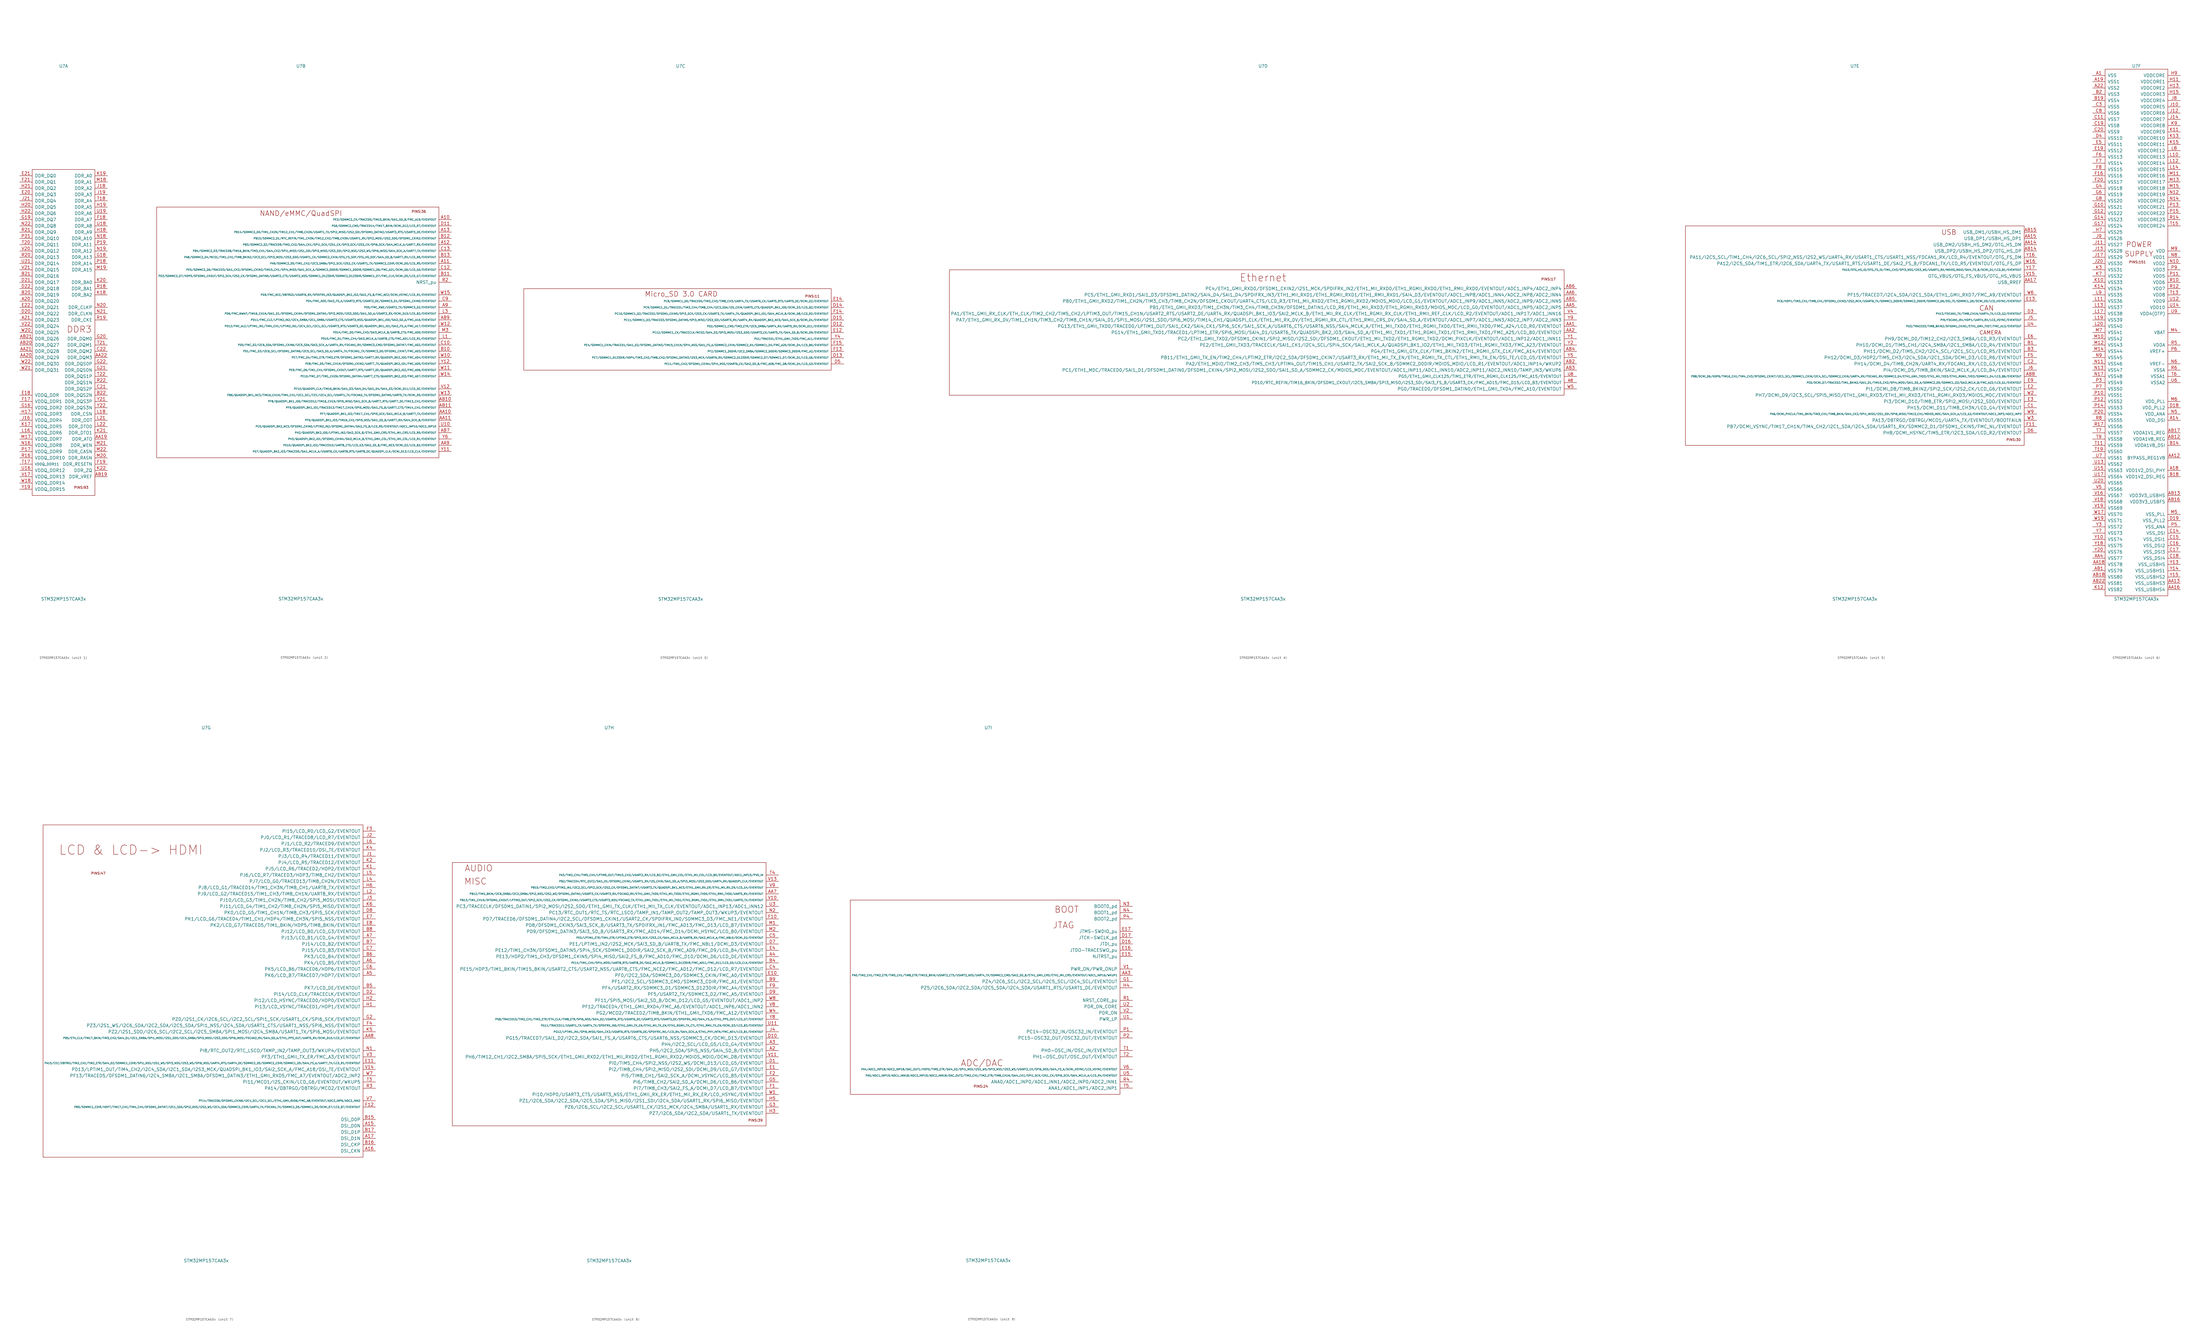
<source format=kicad_sym>
(kicad_symbol_lib
  (version 20220914)
  (generator kicad_symbol_editor)
  (symbol "STM32MP157CAA3x"
    (pin_names
      (offset 1.016))
    (property "Reference" "U"
      (at 0 107.95 0)
      (effects (font (size 1.27 1.27))))
    (property "Value" "STM32MP157CAA3x"
      (at 0 -107.95 0)
      (effects (font (size 1.27 1.27))))
    (symbol "STM32MP157CAA3x_1_1"
      (rectangle (start -12.7 66.04) (end 12.7 -66.04) (stroke (width 0) (type solid)) (fill (type none)))
      (text "DDR3" (at 6.35 1.27 0) (effects (font (size 2.54 2.54))))
      (text "PINS:93" (at 7.137 -62.789 0) (effects (font (size 0.991 0.991))))
      (pin bidirectional line (at -17.78 12.7 0) (length 5.08) (name "DDR_DQ20" (effects (font (size 1.27 1.27)))) (number "A20" (effects (font (size 1.27 1.27)))))
      (pin bidirectional line (at -17.78 5.08 0) (length 5.08) (name "DDR_DQ23" (effects (font (size 1.27 1.27)))) (number "A21" (effects (font (size 1.27 1.27)))))
      (pin output line (at 17.78 -43.18 180) (length 5.08) (name "DDR_ATO" (effects (font (size 1.27 1.27)))) (number "AA19" (effects (font (size 1.27 1.27)))))
      (pin bidirectional line (at -17.78 -10.16 0) (length 5.08) (name "DDR_DQ29" (effects (font (size 1.27 1.27)))) (number "AA20" (effects (font (size 1.27 1.27)))))
      (pin bidirectional line (at -17.78 -7.62 0) (length 5.08) (name "DDR_DQ28" (effects (font (size 1.27 1.27)))) (number "AA21" (effects (font (size 1.27 1.27)))))
      (pin output line (at 17.78 -10.16 180) (length 5.08) (name "DDR_DQM3" (effects (font (size 1.27 1.27)))) (number "AA22" (effects (font (size 1.27 1.27)))))
      (pin input line (at 17.78 -58.42 180) (length 5.08) (name "DDR_VREF" (effects (font (size 1.27 1.27)))) (number "AB19" (effects (font (size 1.27 1.27)))))
      (pin bidirectional line (at -17.78 -5.08 0) (length 5.08) (name "DDR_DQ27" (effects (font (size 1.27 1.27)))) (number "AB20" (effects (font (size 1.27 1.27)))))
      (pin bidirectional line (at -17.78 -2.54 0) (length 5.08) (name "DDR_DQ26" (effects (font (size 1.27 1.27)))) (number "AB21" (effects (font (size 1.27 1.27)))))
      (pin bidirectional line (at -17.78 15.24 0) (length 5.08) (name "DDR_DQ19" (effects (font (size 1.27 1.27)))) (number "B20" (effects (font (size 1.27 1.27)))))
      (pin bidirectional line (at -17.78 22.86 0) (length 5.08) (name "DDR_DQ16" (effects (font (size 1.27 1.27)))) (number "B21" (effects (font (size 1.27 1.27)))))
      (pin output line (at 17.78 -25.4 180) (length 5.08) (name "DDR_DQS2N" (effects (font (size 1.27 1.27)))) (number "B22" (effects (font (size 1.27 1.27)))))
      (pin output line (at 17.78 -22.86 180) (length 5.08) (name "DDR_DQS2P" (effects (font (size 1.27 1.27)))) (number "C21" (effects (font (size 1.27 1.27)))))
      (pin output line (at 17.78 -7.62 180) (length 5.08) (name "DDR_DQM2" (effects (font (size 1.27 1.27)))) (number "C22" (effects (font (size 1.27 1.27)))))
      (pin bidirectional line (at -17.78 7.62 0) (length 5.08) (name "DDR_DQ22" (effects (font (size 1.27 1.27)))) (number "D20" (effects (font (size 1.27 1.27)))))
      (pin bidirectional line (at -17.78 20.32 0) (length 5.08) (name "DDR_DQ17" (effects (font (size 1.27 1.27)))) (number "D21" (effects (font (size 1.27 1.27)))))
      (pin bidirectional line (at -17.78 17.78 0) (length 5.08) (name "DDR_DQ18" (effects (font (size 1.27 1.27)))) (number "D22" (effects (font (size 1.27 1.27)))))
      (pin power_in line (at -17.78 -25.4 0) (length 5.08) (name "VDDQ_DDR" (effects (font (size 1.27 1.27)))) (number "E18" (effects (font (size 1.27 1.27)))))
      (pin bidirectional line (at -17.78 55.88 0) (length 5.08) (name "DDR_DQ3" (effects (font (size 1.27 1.27)))) (number "E20" (effects (font (size 1.27 1.27)))))
      (pin bidirectional line (at -17.78 63.5 0) (length 5.08) (name "DDR_DQ0" (effects (font (size 1.27 1.27)))) (number "E21" (effects (font (size 1.27 1.27)))))
      (pin bidirectional line (at -17.78 10.16 0) (length 5.08) (name "DDR_DQ21" (effects (font (size 1.27 1.27)))) (number "E22" (effects (font (size 1.27 1.27)))))
      (pin power_in line (at -17.78 -27.94 0) (length 5.08) (name "VDDQ_DDR1" (effects (font (size 1.27 1.27)))) (number "F17" (effects (font (size 1.27 1.27)))))
      (pin output line (at 17.78 45.72 180) (length 5.08) (name "DDR_A7" (effects (font (size 1.27 1.27)))) (number "F18" (effects (font (size 1.27 1.27)))))
      (pin output line (at 17.78 -53.34 180) (length 5.08) (name "DDR_RESETN" (effects (font (size 1.27 1.27)))) (number "F19" (effects (font (size 1.27 1.27)))))
      (pin bidirectional line (at -17.78 60.96 0) (length 5.08) (name "DDR_DQ1" (effects (font (size 1.27 1.27)))) (number "F21" (effects (font (size 1.27 1.27)))))
      (pin power_in line (at -17.78 -30.48 0) (length 5.08) (name "VDDQ_DDR2" (effects (font (size 1.27 1.27)))) (number "G16" (effects (font (size 1.27 1.27)))))
      (pin output line (at 17.78 30.48 180) (length 5.08) (name "DDR_A13" (effects (font (size 1.27 1.27)))) (number "G18" (effects (font (size 1.27 1.27)))))
      (pin bidirectional line (at -17.78 45.72 0) (length 5.08) (name "DDR_DQ7" (effects (font (size 1.27 1.27)))) (number "G19" (effects (font (size 1.27 1.27)))))
      (pin output line (at 17.78 -2.54 180) (length 5.08) (name "DDR_DQM0" (effects (font (size 1.27 1.27)))) (number "G20" (effects (font (size 1.27 1.27)))))
      (pin output line (at 17.78 -15.24 180) (length 5.08) (name "DDR_DQS0N" (effects (font (size 1.27 1.27)))) (number "G21" (effects (font (size 1.27 1.27)))))
      (pin output line (at 17.78 -12.7 180) (length 5.08) (name "DDR_DQS0P" (effects (font (size 1.27 1.27)))) (number "G22" (effects (font (size 1.27 1.27)))))
      (pin power_in line (at -17.78 -33.02 0) (length 5.08) (name "VDDQ_DDR3" (effects (font (size 1.27 1.27)))) (number "H17" (effects (font (size 1.27 1.27)))))
      (pin output line (at 17.78 40.64 180) (length 5.08) (name "DDR_A9" (effects (font (size 1.27 1.27)))) (number "H18" (effects (font (size 1.27 1.27)))))
      (pin output line (at 17.78 50.8 180) (length 5.08) (name "DDR_A5" (effects (font (size 1.27 1.27)))) (number "H19" (effects (font (size 1.27 1.27)))))
      (pin bidirectional line (at -17.78 50.8 0) (length 5.08) (name "DDR_DQ5" (effects (font (size 1.27 1.27)))) (number "H20" (effects (font (size 1.27 1.27)))))
      (pin bidirectional line (at -17.78 58.42 0) (length 5.08) (name "DDR_DQ2" (effects (font (size 1.27 1.27)))) (number "H21" (effects (font (size 1.27 1.27)))))
      (pin bidirectional line (at -17.78 48.26 0) (length 5.08) (name "DDR_DQ6" (effects (font (size 1.27 1.27)))) (number "H22" (effects (font (size 1.27 1.27)))))
      (pin power_in line (at -17.78 -35.56 0) (length 5.08) (name "VDDQ_DDR4" (effects (font (size 1.27 1.27)))) (number "J16" (effects (font (size 1.27 1.27)))))
      (pin output line (at 17.78 58.42 180) (length 5.08) (name "DDR_A2" (effects (font (size 1.27 1.27)))) (number "J18" (effects (font (size 1.27 1.27)))))
      (pin output line (at 17.78 55.88 180) (length 5.08) (name "DDR_A3" (effects (font (size 1.27 1.27)))) (number "J19" (effects (font (size 1.27 1.27)))))
      (pin bidirectional line (at -17.78 53.34 0) (length 5.08) (name "DDR_DQ4" (effects (font (size 1.27 1.27)))) (number "J21" (effects (font (size 1.27 1.27)))))
      (pin power_in line (at -17.78 -38.1 0) (length 5.08) (name "VDDQ_DDR5" (effects (font (size 1.27 1.27)))) (number "K17" (effects (font (size 1.27 1.27)))))
      (pin output line (at 17.78 15.24 180) (length 5.08) (name "DDR_BA2" (effects (font (size 1.27 1.27)))) (number "K18" (effects (font (size 1.27 1.27)))))
      (pin output line (at 17.78 63.5 180) (length 5.08) (name "DDR_A0" (effects (font (size 1.27 1.27)))) (number "K19" (effects (font (size 1.27 1.27)))))
      (pin output line (at 17.78 20.32 180) (length 5.08) (name "DDR_BA0" (effects (font (size 1.27 1.27)))) (number "K20" (effects (font (size 1.27 1.27)))))
      (pin output line (at 17.78 -40.64 180) (length 5.08) (name "DDR_DTO1" (effects (font (size 1.27 1.27)))) (number "K21" (effects (font (size 1.27 1.27)))))
      (pin input line (at 17.78 -55.88 180) (length 5.08) (name "DDR_ZQ" (effects (font (size 1.27 1.27)))) (number "K22" (effects (font (size 1.27 1.27)))))
      (pin power_in line (at -17.78 -40.64 0) (length 5.08) (name "VDDQ_DDR6" (effects (font (size 1.27 1.27)))) (number "L16" (effects (font (size 1.27 1.27)))))
      (pin output line (at 17.78 -33.02 180) (length 5.08) (name "DDR_CSN" (effects (font (size 1.27 1.27)))) (number "L18" (effects (font (size 1.27 1.27)))))
      (pin output line (at 17.78 -35.56 180) (length 5.08) (name "DDR_ODT" (effects (font (size 1.27 1.27)))) (number "L21" (effects (font (size 1.27 1.27)))))
      (pin output line (at 17.78 -38.1 180) (length 5.08) (name "DDR_DTO0" (effects (font (size 1.27 1.27)))) (number "L22" (effects (font (size 1.27 1.27)))))
      (pin power_in line (at -17.78 -43.18 0) (length 5.08) (name "VDDQ_DDR7" (effects (font (size 1.27 1.27)))) (number "M17" (effects (font (size 1.27 1.27)))))
      (pin output line (at 17.78 60.96 180) (length 5.08) (name "DDR_A1" (effects (font (size 1.27 1.27)))) (number "M18" (effects (font (size 1.27 1.27)))))
      (pin output line (at 17.78 25.4 180) (length 5.08) (name "DDR_A15" (effects (font (size 1.27 1.27)))) (number "M19" (effects (font (size 1.27 1.27)))))
      (pin output line (at 17.78 -50.8 180) (length 5.08) (name "DDR_RASN" (effects (font (size 1.27 1.27)))) (number "M20" (effects (font (size 1.27 1.27)))))
      (pin output line (at 17.78 -45.72 180) (length 5.08) (name "DDR_WEN" (effects (font (size 1.27 1.27)))) (number "M21" (effects (font (size 1.27 1.27)))))
      (pin output line (at 17.78 -48.26 180) (length 5.08) (name "DDR_CASN" (effects (font (size 1.27 1.27)))) (number "M22" (effects (font (size 1.27 1.27)))))
      (pin power_in line (at -17.78 -45.72 0) (length 5.08) (name "VDDQ_DDR8" (effects (font (size 1.27 1.27)))) (number "N16" (effects (font (size 1.27 1.27)))))
      (pin output line (at 17.78 38.1 180) (length 5.08) (name "DDR_A10" (effects (font (size 1.27 1.27)))) (number "N18" (effects (font (size 1.27 1.27)))))
      (pin output line (at 17.78 33.02 180) (length 5.08) (name "DDR_A12" (effects (font (size 1.27 1.27)))) (number "N19" (effects (font (size 1.27 1.27)))))
      (pin output line (at 17.78 10.16 180) (length 5.08) (name "DDR_CLKP" (effects (font (size 1.27 1.27)))) (number "N20" (effects (font (size 1.27 1.27)))))
      (pin output line (at 17.78 7.62 180) (length 5.08) (name "DDR_CLKN" (effects (font (size 1.27 1.27)))) (number "N21" (effects (font (size 1.27 1.27)))))
      (pin bidirectional line (at -17.78 43.18 0) (length 5.08) (name "DDR_DQ8" (effects (font (size 1.27 1.27)))) (number "N22" (effects (font (size 1.27 1.27)))))
      (pin power_in line (at -17.78 -48.26 0) (length 5.08) (name "VDDQ_DDR9" (effects (font (size 1.27 1.27)))) (number "P17" (effects (font (size 1.27 1.27)))))
      (pin output line (at 17.78 27.94 180) (length 5.08) (name "DDR_A14" (effects (font (size 1.27 1.27)))) (number "P18" (effects (font (size 1.27 1.27)))))
      (pin output line (at 17.78 35.56 180) (length 5.08) (name "DDR_A11" (effects (font (size 1.27 1.27)))) (number "P19" (effects (font (size 1.27 1.27)))))
      (pin bidirectional line (at -17.78 38.1 0) (length 5.08) (name "DDR_DQ10" (effects (font (size 1.27 1.27)))) (number "P21" (effects (font (size 1.27 1.27)))))
      (pin power_in line (at -17.78 -50.8 0) (length 5.08) (name "VDDQ_DDR10" (effects (font (size 1.27 1.27)))) (number "R16" (effects (font (size 1.27 1.27)))))
      (pin output line (at 17.78 17.78 180) (length 5.08) (name "DDR_BA1" (effects (font (size 1.27 1.27)))) (number "R18" (effects (font (size 1.27 1.27)))))
      (pin output line (at 17.78 5.08 180) (length 5.08) (name "DDR_CKE" (effects (font (size 1.27 1.27)))) (number "R19" (effects (font (size 1.27 1.27)))))
      (pin bidirectional line (at -17.78 30.48 0) (length 5.08) (name "DDR_DQ13" (effects (font (size 1.27 1.27)))) (number "R20" (effects (font (size 1.27 1.27)))))
      (pin bidirectional line (at -17.78 40.64 0) (length 5.08) (name "DDR_DQ9" (effects (font (size 1.27 1.27)))) (number "R21" (effects (font (size 1.27 1.27)))))
      (pin output line (at 17.78 -20.32 180) (length 5.08) (name "DDR_DQS1N" (effects (font (size 1.27 1.27)))) (number "R22" (effects (font (size 1.27 1.27)))))
      (pin power_in line (at -17.78 -53.34 0) (length 5.08) (name "VDDQ_DDR11" (effects (font (size 1.016 1.016)))) (number "T17" (effects (font (size 1.27 1.27)))))
      (pin output line (at 17.78 53.34 180) (length 5.08) (name "DDR_A4" (effects (font (size 1.27 1.27)))) (number "T18" (effects (font (size 1.27 1.27)))))
      (pin bidirectional line (at -17.78 35.56 0) (length 5.08) (name "DDR_DQ11" (effects (font (size 1.27 1.27)))) (number "T20" (effects (font (size 1.27 1.27)))))
      (pin output line (at 17.78 -5.08 180) (length 5.08) (name "DDR_DQM1" (effects (font (size 1.27 1.27)))) (number "T21" (effects (font (size 1.27 1.27)))))
      (pin output line (at 17.78 -17.78 180) (length 5.08) (name "DDR_DQS1P" (effects (font (size 1.27 1.27)))) (number "T22" (effects (font (size 1.27 1.27)))))
      (pin power_in line (at -17.78 -55.88 0) (length 5.08) (name "VDDQ_DDR12" (effects (font (size 1.27 1.27)))) (number "U16" (effects (font (size 1.27 1.27)))))
      (pin output line (at 17.78 43.18 180) (length 5.08) (name "DDR_A8" (effects (font (size 1.27 1.27)))) (number "U18" (effects (font (size 1.27 1.27)))))
      (pin output line (at 17.78 48.26 180) (length 5.08) (name "DDR_A6" (effects (font (size 1.27 1.27)))) (number "U19" (effects (font (size 1.27 1.27)))))
      (pin bidirectional line (at -17.78 27.94 0) (length 5.08) (name "DDR_DQ14" (effects (font (size 1.27 1.27)))) (number "U21" (effects (font (size 1.27 1.27)))))
      (pin power_in line (at -17.78 -58.42 0) (length 5.08) (name "VDDQ_DDR13" (effects (font (size 1.27 1.27)))) (number "V17" (effects (font (size 1.27 1.27)))))
      (pin bidirectional line (at -17.78 33.02 0) (length 5.08) (name "DDR_DQ12" (effects (font (size 1.27 1.27)))) (number "V20" (effects (font (size 1.27 1.27)))))
      (pin bidirectional line (at -17.78 25.4 0) (length 5.08) (name "DDR_DQ15" (effects (font (size 1.27 1.27)))) (number "V21" (effects (font (size 1.27 1.27)))))
      (pin bidirectional line (at -17.78 2.54 0) (length 5.08) (name "DDR_DQ24" (effects (font (size 1.27 1.27)))) (number "V22" (effects (font (size 1.27 1.27)))))
      (pin power_in line (at -17.78 -60.96 0) (length 5.08) (name "VDDQ_DDR14" (effects (font (size 1.27 1.27)))) (number "W18" (effects (font (size 1.27 1.27)))))
      (pin bidirectional line (at -17.78 0 0) (length 5.08) (name "DDR_DQ25" (effects (font (size 1.27 1.27)))) (number "W20" (effects (font (size 1.27 1.27)))))
      (pin bidirectional line (at -17.78 -15.24 0) (length 5.08) (name "DDR_DQ31" (effects (font (size 1.27 1.27)))) (number "W21" (effects (font (size 1.27 1.27)))))
      (pin bidirectional line (at -17.78 -12.7 0) (length 5.08) (name "DDR_DQ30" (effects (font (size 1.27 1.27)))) (number "W22" (effects (font (size 1.27 1.27)))))
      (pin power_in line (at -17.78 -63.5 0) (length 5.08) (name "VDDQ_DDR15" (effects (font (size 1.27 1.27)))) (number "Y19" (effects (font (size 1.27 1.27)))))
      (pin output line (at 17.78 -27.94 180) (length 5.08) (name "DDR_DQS3P" (effects (font (size 1.27 1.27)))) (number "Y21" (effects (font (size 1.27 1.27)))))
      (pin output line (at 17.78 -30.48 180) (length 5.08) (name "DDR_DQS3N" (effects (font (size 1.27 1.27)))) (number "Y22" (effects (font (size 1.27 1.27))))))
    (symbol "STM32MP157CAA3x_2_1"
      (rectangle (start -58.42 50.8) (end 55.88 -50.8) (stroke (width 0) (type solid)) (fill (type none)))
      (text "NAND/eMMC/QuadSPI" (at 0 48.26 0) (effects (font (size 2.032 2.032))))
      (text "PINS:36" (at 47.752 48.997 0) (effects (font (size 0.991 0.991))))
      (pin bidirectional line (at 60.96 45.72 180) (length 5.08) (name "PE3/SDMMC2_CK/TRACED0/TIM15_BKIN/SAI1_SD_B/FMC_A19/EVENTOUT" (effects (font (size 0.762 0.762)))) (number "A10" (effects (font (size 1.27 1.27)))))
      (pin bidirectional line (at 60.96 27.94 180) (length 5.08) (name "PA9/SDMMC2_D5/TIM1_CH2/I2C3_SMBA/SPI2_SCK/I2S2_CK/USART1_TX/SDMMC2_CDIR/DCMI_D0/LCD_R5/EVENTOUT" (effects (font (size 0.762 0.762)))) (number "A11" (effects (font (size 1.27 1.27)))))
      (pin bidirectional line (at 60.96 35.56 180) (length 5.08) (name "PB3/SDMMC2_D2/TRACED9/TIM2_CH2/SAI4_CK1/SPI1_SCK/I2S1_CK/SPI3_SCK/I2S3_CK/SPI6_SCK/SAI4_MCLK_A/UART7_RX/EVENTOUT" (effects (font (size 0.762 0.762)))) (number "A12" (effects (font (size 1.27 1.27)))))
      (pin bidirectional line (at 60.96 40.64 180) (length 5.08) (name "PB14/SDMMC2_D0/TIM1_CH2N/TIM12_CH1/TIM8_CH2N/USART1_TX/SPI2_MISO/I2S2_SDI/DFSDM1_DATIN2/USART3_RTS/USART3_DE/EVENTOUT" (effects (font (size 0.762 0.762)))) (number "A13" (effects (font (size 1.27 1.27)))))
      (pin bidirectional line (at 60.96 10.16 180) (length 5.08) (name "PD5/FMC_NWE/USART2_TX/SDMMC3_D2/EVENTOUT" (effects (font (size 0.762 0.762)))) (number "A9" (effects (font (size 1.27 1.27)))))
      (pin bidirectional line (at 60.96 -33.02 180) (length 5.08) (name "PF7/QUADSPI_BK1_IO2/TIM17_CH1/SPI5_SCK/SAI1_MCLK_B/UART7_TX/EVENTOUT" (effects (font (size 0.762 0.762)))) (number "AA10" (effects (font (size 1.27 1.27)))))
      (pin bidirectional line (at 60.96 -35.56 180) (length 5.08) (name "PF6/QUADSPI_BK1_IO3/TIM16_CH1/SPI5_NSS/SAI1_SD_B/UART7_RX/SAI4_SCK_B/EVENTOUT" (effects (font (size 0.762 0.762)))) (number "AA11" (effects (font (size 1.27 1.27)))))
      (pin bidirectional line (at 60.96 -45.72 180) (length 5.08) (name "PG10/QUADSPI_BK2_IO2/TRACED10/UART8_CTS/LCD_G3/SAI2_SD_B/FMC_NE3/DCMI_D2/LCD_B2/EVENTOUT" (effects (font (size 0.762 0.762)))) (number "AA9" (effects (font (size 1.27 1.27)))))
      (pin bidirectional line (at 60.96 -27.94 180) (length 5.08) (name "PF8/QUADSPI_BK1_IO0/TRACED12/TIM16_CH1N/SPI5_MISO/SAI1_SCK_B/UART7_RTS/UART7_DE/TIM13_CH1/EVENTOUT" (effects (font (size 0.762 0.762)))) (number "AB10" (effects (font (size 1.27 1.27)))))
      (pin bidirectional line (at 60.96 -30.48 180) (length 5.08) (name "PF9/QUADSPI_BK1_IO1/TRACED13/TIM17_CH1N/SPI5_MOSI/SAI1_FS_B/UART7_CTS/TIM14_CH1/EVENTOUT" (effects (font (size 0.762 0.762)))) (number "AB11" (effects (font (size 1.27 1.27)))))
      (pin bidirectional line (at 60.96 -40.64 180) (length 5.08) (name "PH2/QUADSPI_BK2_IO0/LPTIM1_IN2/SAI2_SCK_B/ETH1_GMII_CRS/ETH1_MII_CRS/LCD_R0/EVENTOUT" (effects (font (size 0.762 0.762)))) (number "AB7" (effects (font (size 1.27 1.27)))))
      (pin bidirectional line (at 60.96 5.08 180) (length 5.08) (name "PD11/FMC_CLE/LPTIM2_IN2/I2C4_SMBA/I2C1_SMBA/USART3_CTS/USART3_NSS/QUADSPI_BK1_IO0/SAI2_SD_A/FMC_A16/EVENTOUT" (effects (font (size 0.762 0.762)))) (number "AB9" (effects (font (size 1.27 1.27)))))
      (pin bidirectional line (at 60.96 -7.62 180) (length 5.08) (name "PD1/FMC_D3/I2C6_SCL/DFSDM1_DATIN6/I2C5_SCL/SAI3_SD_A/UART4_TX/FDCAN1_TX/SDMMC3_D0/DFSDM1_CKIN7/FMC_AD3/EVENTOUT" (effects (font (size 0.762 0.762)))) (number "B10" (effects (font (size 1.27 1.27)))))
      (pin bidirectional line (at 60.96 22.86 180) (length 5.08) (name "PD3/SDMMC2_D7/HDP5/DFSDM1_CKOUT/SPI2_SCK/I2S2_CK/DFSDM1_DATIN0/USART2_CTS/USART2_NSS/SDMMC1_D123DIR/SDMMC2_D123DIR/SDMMC1_D7/FMC_CLK/DCMI_D5/LCD_G7/EVENTOUT" (effects (font (size 0.762 0.762)))) (number "B11" (effects (font (size 1.27 1.27)))))
      (pin bidirectional line (at 60.96 38.1 180) (length 5.08) (name "PB15/SDMMC2_D1/RTC_REFIN/TIM1_CH3N/TIM12_CH2/TIM8_CH3N/USART1_RX/SPI2_MOSI/I2S2_SDO/DFSDM1_CKIN2/EVENTOUT" (effects (font (size 0.762 0.762)))) (number "B12" (effects (font (size 1.27 1.27)))))
      (pin bidirectional line (at 60.96 30.48 180) (length 5.08) (name "PA8/SDMMC2_D4/MCO1/TIM1_CH1/TIM8_BKIN2/I2C3_SCL/SPI3_MOSI/I2S3_SDO/USART1_CK/SDMMC2_CKIN/OTG_FS_SOF/OTG_HS_SOF/SAI4_SD_B/UART7_RX/LCD_R6/EVENTOUT" (effects (font (size 0.762 0.762)))) (number "B13" (effects (font (size 1.27 1.27)))))
      (pin bidirectional line (at 60.96 -5.08 180) (length 5.08) (name "PD0/FMC_D2/I2C6_SDA/DFSDM1_CKIN6/I2C5_SDA/SAI3_SCK_A/UART4_RX/FDCAN1_RX/SDMMC3_CMD/DFSDM1_DATIN7/FMC_AD2/EVENTOUT" (effects (font (size 0.762 0.762)))) (number "C10" (effects (font (size 1.27 1.27)))))
      (pin bidirectional line (at 60.96 25.4 180) (length 5.08) (name "PE5/SDMMC2_D6/TRACED3/SAI1_CK2/DFSDM1_CKIN3/TIM15_CH1/SPI4_MISO/SAI1_SCK_A/SDMMC2_D0DIR/SDMMC1_D0DIR/SDMMC1_D6/FMC_A21/DCMI_D6/LCD_G0/EVENTOUT" (effects (font (size 0.762 0.762)))) (number "C12" (effects (font (size 1.27 1.27)))))
      (pin bidirectional line (at 60.96 33.02 180) (length 5.08) (name "PB4/SDMMC2_D3/TRACED8/TIM16_BKIN/TIM3_CH1/SAI4_CK2/SPI1_MISO/I2S1_SDI/SPI3_MISO/I2S3_SDI/SPI2_NSS/I2S2_WS/SPI6_MISO/SAI4_SCK_A/UART7_TX/EVENTOUT" (effects (font (size 0.762 0.762)))) (number "C13" (effects (font (size 1.27 1.27)))))
      (pin bidirectional line (at 60.96 12.7 180) (length 5.08) (name "PD4/FMC_NOE/SAI3_FS_A/USART2_RTS/USART2_DE/SDMMC3_D1/DFSDM1_CKIN0/EVENTOUT" (effects (font (size 0.762 0.762)))) (number "C9" (effects (font (size 1.27 1.27)))))
      (pin bidirectional line (at 60.96 43.18 180) (length 5.08) (name "PG6/SDMMC2_CMD/TRACED14/TIM17_BKIN/DCMI_D12/LCD_R7/EVENTOUT" (effects (font (size 0.762 0.762)))) (number "D11" (effects (font (size 1.27 1.27)))))
      (pin bidirectional line (at 60.96 -2.54 180) (length 5.08) (name "PD15/FMC_D1/TIM4_CH4/SAI3_MCLK_A/UART8_CTS/FMC_AD1/LCD_R1/EVENTOUT" (effects (font (size 0.762 0.762)))) (number "L1" (effects (font (size 1.27 1.27)))))
      (pin bidirectional line (at 60.96 7.62 180) (length 5.08) (name "PD6/FMC_NWAIT/TIM16_CH1N/SAI1_D1/DFSDM1_CKIN4/DFSDM1_DATIN1/SPI3_MOSI/I2S3_SDO/SAI1_SD_A/USART2_RX/DCMI_D10/LCD_B2/EVENTOUT" (effects (font (size 0.762 0.762)))) (number "L3" (effects (font (size 1.27 1.27)))))
      (pin bidirectional line (at 60.96 0 180) (length 5.08) (name "PD14/FMC_D0/TIM4_CH3/SAI3_MCLK_B/UART8_CTS/FMC_AD0/EVENTOUT" (effects (font (size 0.762 0.762)))) (number "M3" (effects (font (size 1.27 1.27)))))
      (pin bidirectional line (at 60.96 20.32 180) (length 5.08) (name "NRST_pu" (effects (font (size 1.27 1.27)))) (number "R2" (effects (font (size 1.27 1.27)))))
      (pin bidirectional line (at 60.96 -38.1 180) (length 5.08) (name "PC0/QUADSPI_BK2_NCS/DFSDM1_CKIN0/LPTIM2_IN2/DFSDM1_DATIN4/SAI2_FS_B/LCD_R5/EVENTOUT/ADC1_INP10/ADC2_INP10" (effects (font (size 0.762 0.762)))) (number "U10" (effects (font (size 1.27 1.27)))))
      (pin bidirectional line (at 60.96 -22.86 180) (length 5.08) (name "PF10/QUADSPI_CLK/TIM16_BKIN/SAI1_D3/SAI4_D4/SAI1_D4/SAI4_D3/DCMI_D11/LCD_DE/EVENTOUT" (effects (font (size 0.762 0.762)))) (number "V12" (effects (font (size 1.27 1.27)))))
      (pin bidirectional line (at 60.96 -10.16 180) (length 5.08) (name "PE7/FMC_D4/TIM1_ETR/TIM3_ETR/DFSDM1_DATIN2/UART7_RX/QUADSPI_BK2_IO0/FMC_AD4/EVENTOUT" (effects (font (size 0.762 0.762)))) (number "W10" (effects (font (size 1.27 1.27)))))
      (pin bidirectional line (at 60.96 -15.24 180) (length 5.08) (name "PE9/FMC_D6/TIM1_CH1/DFSDM1_CKOUT/UART7_RTS/UART7_DE/QUADSPI_BK2_IO2/FMC_AD6/EVENTOUT" (effects (font (size 0.762 0.762)))) (number "W11" (effects (font (size 1.27 1.27)))))
      (pin bidirectional line (at 60.96 2.54 180) (length 5.08) (name "PD12/FMC_ALE/LPTIM1_IN1/TIM4_CH1/LPTIM2_IN1/I2C4_SCL/I2C1_SCL/USART3_RTS/USART3_DE/QUADSPI_BK1_IO1/SAI2_FS_A/FMC_A17/EVENTOUT" (effects (font (size 0.762 0.762)))) (number "W12" (effects (font (size 1.27 1.27)))))
      (pin bidirectional line (at 60.96 -25.4 180) (length 5.08) (name "PB6/QUADSPI_BK1_NCS/TIM16_CH1N/TIM4_CH1/I2C1_SCL/CEC/I2C4_SCL/USART1_TX/FDCAN2_TX/DFSDM1_DATIN5/UART5_TX/DCMI_D5/EVENTOUT" (effects (font (size 0.762 0.762)))) (number "W13" (effects (font (size 1.27 1.27)))))
      (pin bidirectional line (at 60.96 -17.78 180) (length 5.08) (name "PE10/FMC_D7/TIM1_CH2N/DFSDM1_DATIN4/UART7_CTS/QUADSPI_BK2_IO3/FMC_AD7/EVENTOUT" (effects (font (size 0.762 0.762)))) (number "W14" (effects (font (size 1.27 1.27)))))
      (pin bidirectional line (at 60.96 15.24 180) (length 5.08) (name "PG9/FMC_NCE/DBTRGO/USART6_RX/SPDIFRX_IN3/QUADSPI_BK2_IO2/SAI2_FS_B/FMC_NE2/DCMI_VSYNC/LCD_R1/EVENTOUT" (effects (font (size 0.762 0.762)))) (number "W15" (effects (font (size 1.27 1.27)))))
      (pin bidirectional line (at 60.96 -48.26 180) (length 5.08) (name "PG7/QUADSPI_BK2_IO3/TRACED5/SAI1_MCLK_A/USART6_CK/UART8_RTS/UART8_DE/QUADSPI_CLK/DCMI_D13/LCD_CLK/EVENTOUT" (effects (font (size 0.762 0.762)))) (number "Y11" (effects (font (size 1.27 1.27)))))
      (pin bidirectional line (at 60.96 -12.7 180) (length 5.08) (name "PE8/FMC_D5/TIM1_CH1N/DFSDM1_CKIN2/UART7_TX/QUADSPI_BK2_IO1/FMC_AD5/EVENTOUT" (effects (font (size 0.762 0.762)))) (number "Y12" (effects (font (size 1.27 1.27)))))
      (pin bidirectional line (at 60.96 -43.18 180) (length 5.08) (name "PH3/QUADSPI_BK2_IO1/DFSDM1_CKIN4/SAI2_MCLK_B/ETH1_GMII_COL/ETH1_MII_COL/LCD_R1/EVENTOUT" (effects (font (size 0.762 0.762)))) (number "Y6" (effects (font (size 1.27 1.27))))))
    (symbol "STM32MP157CAA3x_3_1"
      (rectangle (start -63.5 17.78) (end 60.96 -15.24) (stroke (width 0) (type solid)) (fill (type none)))
      (text "Micro_SD 3.0 CARD" (at 0.254 15.621 0) (effects (font (size 2.032 2.032))))
      (text "PINS:11" (at 53.289 14.707 0) (effects (font (size 0.991 0.991))))
      (pin bidirectional line (at 66.04 2.54 180) (length 5.08) (name "PD2/SDMMC1_CMD/TIM3_ETR/I2C5_SMBA/UART4_RX/UART5_RX/DCMI_D11/EVENTOUT" (effects (font (size 0.762 0.762)))) (number "D12" (effects (font (size 1.27 1.27)))))
      (pin bidirectional line (at 66.04 -10.16 180) (length 5.08) (name "PC7/SDMMC1_D123DIR/HDP4/TIM3_CH2/TIM8_CH2/DFSDM1_DATIN3/I2S3_MCK/USART6_RX/SDMMC2_D123DIR/SDMMC2_D7/SDMMC1_D7/DCMI_D1/LCD_G6/EVENTOUT" (effects (font (size 0.762 0.762)))) (number "D13" (effects (font (size 1.27 1.27)))))
      (pin bidirectional line (at 66.04 10.16 180) (length 5.08) (name "PC9/SDMMC1_D1/TRACED1/TIM3_CH4/TIM8_CH4/I2C3_SDA/I2S_CKIN/UART5_CTS/QUADSPI_BK1_IO0/DCMI_D3/LCD_B2/EVENTOUT" (effects (font (size 0.762 0.762)))) (number "D14" (effects (font (size 1.27 1.27)))))
      (pin bidirectional line (at 66.04 5.08 180) (length 5.08) (name "PC11/SDMMC1_D3/TRACED3/DFSDM1_DATIN5/SPI3_MISO/I2S3_SDI/USART3_RX/UART4_RX/QUADSPI_BK2_NCS/SAI4_SCK_B/DCMI_D4/EVENTOUT" (effects (font (size 0.762 0.762)))) (number "D15" (effects (font (size 1.27 1.27)))))
      (pin bidirectional line (at 66.04 -12.7 180) (length 5.08) (name "PE11/TIM1_CH2/DFSDM1_CKIN4/SPI4_NSS/USART6_CK/SAI2_SD_B/FMC_AD8/FMC_D8/DCMI_D4/LCD_G3/EVENTOUT" (effects (font (size 0.762 0.762)))) (number "D5" (effects (font (size 1.27 1.27)))))
      (pin bidirectional line (at 66.04 0 180) (length 5.08) (name "PC12/SDMMC1_CK/TRACECLK/MCO2/SAI4_D3/SPI3_MOSI/I2S3_SDO/USART3_CK/UART5_TX/SAI4_SD_B/DCMI_D9/EVENTOUT" (effects (font (size 0.762 0.762)))) (number "E12" (effects (font (size 1.27 1.27)))))
      (pin bidirectional line (at 66.04 12.7 180) (length 5.08) (name "PC8/SDMMC1_D0/TRACED0/TIM3_CH3/TIM8_CH3/UART4_TX/USART6_CK/UART5_RTS/UART5_DE/DCMI_D2/EVENTOUT" (effects (font (size 0.762 0.762)))) (number "E14" (effects (font (size 1.27 1.27)))))
      (pin bidirectional line (at 66.04 -7.62 180) (length 5.08) (name "PF2/SDMMC1_D0DIR/I2C2_SMBA/SDMMC2_D0DIR/SDMMC3_D0DIR/FMC_A2/EVENTOUT" (effects (font (size 0.762 0.762)))) (number "F13" (effects (font (size 1.27 1.27)))))
      (pin bidirectional line (at 66.04 7.62 180) (length 5.08) (name "PC10/SDMMC1_D2/TRACED2/DFSDM1_CKIN5/SPI3_SCK/I2S3_CK/USART3_TX/UART4_TX/QUADSPI_BK1_IO1/SAI4_MCLK_B/DCMI_D8/LCD_R2/EVENTOUT" (effects (font (size 0.762 0.762)))) (number "F14" (effects (font (size 1.27 1.27)))))
      (pin bidirectional line (at 66.04 -5.08 180) (length 5.08) (name "PE4/SDMMC1_CKIN/TRACED1/SAI1_D2/DFSDM1_DATIN3/TIM15_CH1N/SPI4_NSS/SAI1_FS_A/SDMMC2_CKIN/SDMMC2_D4/SDMMC1_D4/FMC_A20/DCMI_D4/LCD_B0/EVENTOUT" (effects (font (size 0.762 0.762)))) (number "F15" (effects (font (size 1.27 1.27)))))
      (pin bidirectional line (at 66.04 -2.54 180) (length 5.08) (name "PG1/TRACED1/ETH1_GMII_TXD5/FMC_A11/EVENTOUT" (effects (font (size 0.762 0.762)))) (number "Y4" (effects (font (size 1.27 1.27))))))
    (symbol "STM32MP157CAA3x_4_1"
      (rectangle (start -127 25.4) (end 121.92 -25.4) (stroke (width 0) (type solid)) (fill (type none)))
      (text "Ethernet" (at 0 22.225 0) (effects (font (size 3.048 3.048))))
      (text "PINS:17" (at 115.57 21.59 0) (effects (font (size 0.991 0.991))))
      (pin bidirectional line (at 127 -20.32 180) (length 5.08) (name "PD10/RTC_REFIN/TIM16_BKIN/DFSDM1_CKOUT/I2C5_SMBA/SPI3_MISO/I2S3_SDI/SAI3_FS_B/USART3_CK/FMC_AD15/FMC_D15/LCD_B3/EVENTOUT" (effects (font (size 1.143 1.143)))) (number "A8" (effects (font (size 1.143 1.143)))))
      (pin bidirectional line (at 127 2.54 180) (length 5.08) (name "PG13/ETH1_GMII_TXD0/TRACED0/LPTIM1_OUT/SAI1_CK2/SAI4_CK1/SPI6_SCK/SAI1_SCK_A/USART6_CTS/USART6_NSS/SAI4_MCLK_A/ETH1_MII_TXD0/ETH1_RGMII_TXD0/ETH1_RMII_TXD0/FMC_A24/LCD_R0/EVENTOUT" (effects (font (size 1.27 1.27)))) (number "AA1" (effects (font (size 1.27 1.27)))))
      (pin bidirectional line (at 127 0 180) (length 5.08) (name "PG14/ETH1_GMII_TXD1/TRACED1/LPTIM1_ETR/SPI6_MOSI/SAI4_D1/USART6_TX/QUADSPI_BK2_IO3/SAI4_SD_A/ETH1_MII_TXD1/ETH1_RGMII_TXD1/ETH1_RMII_TXD1/FMC_A25/LCD_B0/EVENTOUT" (effects (font (size 1.27 1.27)))) (number "AA2" (effects (font (size 1.27 1.27)))))
      (pin bidirectional line (at 127 10.16 180) (length 5.08) (name "PB1/ETH1_GMII_RXD3/TIM1_CH3N/TIM3_CH4/TIM8_CH3N/DFSDM1_DATIN1/LCD_R6/ETH1_MII_RXD3/ETH1_RGMII_RXD3/MDIOS_MDC/LCD_G0/EVENTOUT/ADC1_INP5/ADC2_INP5" (effects (font (size 1.27 1.27)))) (number "AA5" (effects (font (size 1.27 1.27)))))
      (pin bidirectional line (at 127 15.24 180) (length 5.08) (name "PC5/ETH1_GMII_RXD1/SAI1_D3/DFSDM1_DATIN2/SAI4_D4/SAI1_D4/SPDIFRX_IN3/ETH1_MII_RXD1/ETH1_RGMII_RXD1/ETH1_RMII_RXD1/SAI4_D3/EVENTOUT/ADC1_INP8/ADC1_INN4/ADC2_INP8/ADC2_INN4" (effects (font (size 1.27 1.27)))) (number "AA6" (effects (font (size 1.27 1.27)))))
      (pin bidirectional line (at 127 -12.7 180) (length 5.08) (name "PA2/ETH1_MDIO/TIM2_CH3/TIM5_CH3/LPTIM4_OUT/TIM15_CH1/USART2_TX/SAI2_SCK_B/SDMMC2_D0DIR/MDIOS_MDIO/LCD_R1/EVENTOUT/ADC1_INP14/WKUP2" (effects (font (size 1.27 1.27)))) (number "AB2" (effects (font (size 1.27 1.27)))))
      (pin bidirectional line (at 127 -15.24 180) (length 5.08) (name "PC1/ETH1_MDC/TRACED0/SAI1_D1/DFSDM1_DATIN0/DFSDM1_CKIN4/SPI2_MOSI/I2S2_SDO/SAI1_SD_A/SDMMC2_CK/MDIOS_MDC/EVENTOUT/ADC1_INP11/ADC1_INN10/ADC2_INP11/ADC2_INN10/TAMP_IN3/WKUP6" (effects (font (size 1.27 1.27)))) (number "AB3" (effects (font (size 1.27 1.27)))))
      (pin bidirectional line (at 127 -7.62 180) (length 5.08) (name "PG4/ETH1_GMII_GTX_CLK/TIM1_BKIN2/ETH1_RGMII_GTX_CLK/FMC_A14/EVENTOUT" (effects (font (size 1.27 1.27)))) (number "AB4" (effects (font (size 1.27 1.27)))))
      (pin bidirectional line (at 127 12.7 180) (length 5.08) (name "PB0/ETH1_GMII_RXD2/TIM1_CH2N/TIM3_CH3/TIM8_CH2N/DFSDM1_CKOUT/UART4_CTS/LCD_R3/ETH1_MII_RXD2/ETH1_RGMII_RXD2/MDIOS_MDIO/LCD_G1/EVENTOUT/ADC1_INP9/ADC1_INN5/ADC2_INP9/ADC2_INN5" (effects (font (size 1.27 1.27)))) (number "AB5" (effects (font (size 1.27 1.27)))))
      (pin bidirectional line (at 127 17.78 180) (length 5.08) (name "PC4/ETH1_GMII_RXD0/DFSDM1_CKIN2/I2S1_MCK/SPDIFRX_IN2/ETH1_MII_RXD0/ETH1_RGMII_RXD0/ETH1_RMII_RXD0/EVENTOUT/ADC1_INP4/ADC2_INP4" (effects (font (size 1.27 1.27)))) (number "AB6" (effects (font (size 1.27 1.27)))))
      (pin bidirectional line (at 127 -17.78 180) (length 5.08) (name "PG5/ETH1_GMII_CLK125/TIM1_ETR/ETH1_RGMII_CLK125/FMC_A15/EVENTOUT" (effects (font (size 1.143 1.143)))) (number "U8" (effects (font (size 1.143 1.143)))))
      (pin bidirectional line (at 127 7.62 180) (length 5.08) (name "PA1/ETH1_GMII_RX_CLK/ETH_CLK/ТIM2_CH2/TIM5_CH2/LPTIM3_OUT/TIM15_CH1N/USART2_RTS/USART2_DE/UART4_RX/QUADSPI_BK1_IO3/SAI2_MCLK_B/ETH1_MII_RX_CLK/ETH1_RGMII_RX_CLK/ETH1_RMII_REF_CLK/LCD_R2/EVENTOUT/ADC1_INP17/ADC1_INN16" (effects (font (size 1.27 1.27)))) (number "V4" (effects (font (size 1.27 1.27)))))
      (pin bidirectional line (at 127 -22.86 180) (length 5.08) (name "PG0/TRACED0/DFSDM1_DATIN0/ETH1_GMII_TXD4/FMC_A10/EVENTOUT" (effects (font (size 1.27 1.27)))) (number "W5" (effects (font (size 1.27 1.27)))))
      (pin bidirectional line (at 127 -2.54 180) (length 5.08) (name "PC2/ETH1_GMII_TXD2/DFSDM1_CKIN1/SPI2_MISO/I2S2_SDI/DFSDM1_CKOUT/ETH1_MII_TXD2/ETH1_RGMII_TXD2/DCMI_PIXCLK/EVENTOUT/ADC1_INP12/ADC1_INN11" (effects (font (size 1.27 1.27)))) (number "Y1" (effects (font (size 1.27 1.27)))))
      (pin bidirectional line (at 127 -5.08 180) (length 5.08) (name "PE2/ETH1_GMII_TXD3/TRACECLK/SAI1_CK1/I2C4_SCL/SPI4_SCK/SAI1_MCLK_A/QUADSPI_BK1_IO2/ETH1_MII_TXD3/ETH1_RGMII_TXD3/FMC_A23/EVENTOUT" (effects (font (size 1.27 1.27)))) (number "Y2" (effects (font (size 1.27 1.27)))))
      (pin bidirectional line (at 127 -10.16 180) (length 5.08) (name "PB11/ETH1_GMII_TX_EN/TIM2_CH4/LPTIM2_ETR/I2C2_SDA/DFSDM1_CKIN7/USART3_RX/ETH1_MII_TX_EN/ETH1_RGMII_TX_CTL/ETH1_RMII_TX_EN/DSI_TE/LCD_G5/EVENTOUT" (effects (font (size 1.27 1.27)))) (number "Y5" (effects (font (size 1.27 1.27)))))
      (pin bidirectional line (at 127 5.08 180) (length 5.08) (name "PA7/ETH1_GMII_RX_DV/TIM1_CH1N/TIM3_CH2/TIM8_CH1N/SAI4_D1/SPI1_MOSI/I2S1_SDO/SPI6_MOSI/TIM14_CH1/QUADSPI_CLK/ETH1_MII_RX_DV/ETH1_RGMII_RX_CTL/ETH1_RMII_CRS_DV/SAI4_SD_A/EVENTOUT/ADC1_INP7/ADC1_INN3/ADC2_INP7/ADC2_INN3" (effects (font (size 1.27 1.27)))) (number "Y9" (effects (font (size 1.27 1.27))))))
    (symbol "STM32MP157CAA3x_5_1"
      (rectangle (start -68.58 43.18) (end 68.58 -45.72) (stroke (width 0) (type solid)) (fill (type none)))
      (text "CAMERA" (at 54.864 0 0) (effects (font (size 1.524 1.524))))
      (text "CAN" (at 53.34 9.906 0) (effects (font (size 2.007 2.007))))
      (text "PINS:30" (at 64.262 -43.434 0) (effects (font (size 0.991 0.991))))
      (text "USB" (at 38.1 40.64 0) (effects (font (size 2.007 2.007))))
      (pin bidirectional line (at 73.66 35.56 180) (length 5.08) (name "USB_DM2/USBH_HS_DM2/OTG_HS_DM" (effects (font (size 1.27 1.27)))) (number "AA14" (effects (font (size 1.27 1.27)))))
      (pin bidirectional line (at 73.66 38.1 180) (length 5.08) (name "USB_DP1/USBH_HS_DP1" (effects (font (size 1.27 1.27)))) (number "AA15" (effects (font (size 1.27 1.27)))))
      (pin input line (at 73.66 20.32 180) (length 5.08) (name "USB_RREF" (effects (font (size 1.27 1.27)))) (number "AA17" (effects (font (size 1.27 1.27)))))
      (pin bidirectional line (at 73.66 33.02 180) (length 5.08) (name "USB_DP2/USBH_HS_DP2/OTG_HS_DP" (effects (font (size 1.27 1.27)))) (number "AB14" (effects (font (size 1.27 1.27)))))
      (pin bidirectional line (at 73.66 40.64 180) (length 5.08) (name "USB_DM1/USBH_HS_DM1" (effects (font (size 1.27 1.27)))) (number "AB15" (effects (font (size 1.27 1.27)))))
      (pin bidirectional line (at 73.66 -17.78 180) (length 5.08) (name "PB8/DCMI_D6/HDP6/TIM16_CH1/TIM4_CH3/DFSDM1_CKIN7/I2C1_SCL/SDMMC1_CKIN/I2C4_SCL/SDMMC2_CKIN/UART4_RX/FDCAN1_RX/SDMMC2_D4/ETH1_GMII_TXD3/ETH1_MII_TXD3/ETH1_RGMII_TXD3/SDMMC1_D4/LCD_B6/EVENTOUT" (effects (font (size 0.762 0.762)))) (number "AB8" (effects (font (size 1.27 1.27)))))
      (pin bidirectional line (at 73.66 -5.08 180) (length 5.08) (name "PH10/DCMI_D1/TIM5_CH1/I2C4_SMBA/I2C1_SMBA/LCD_R4/EVENTOUT" (effects (font (size 1.27 1.27)))) (number "B1" (effects (font (size 1.27 1.27)))))
      (pin bidirectional line (at 73.66 -7.62 180) (length 5.08) (name "PH11/DCMI_D2/TIM5_CH2/I2C4_SCL/I2C1_SCL/LCD_R5/EVENTOUT" (effects (font (size 1.27 1.27)))) (number "B3" (effects (font (size 1.27 1.27)))))
      (pin bidirectional line (at 73.66 -30.48 180) (length 5.08) (name "PH15/DCMI_D11/TIM8_CH3N/LCD_G4/EVENTOUT" (effects (font (size 1.27 1.27)))) (number "C1" (effects (font (size 1.27 1.27)))))
      (pin bidirectional line (at 73.66 -12.7 180) (length 5.08) (name "PH14/DCMI_D4/TIM8_CH2N/UART4_RX/FDCAN1_RX/LCD_G3/EVENTOUT" (effects (font (size 1.27 1.27)))) (number "C2" (effects (font (size 1.27 1.27)))))
      (pin bidirectional line (at 73.66 7.62 180) (length 5.08) (name "PH13/FDCAN1_TX/TIM8_CH1N/UART4_TX/LCD_G2/EVENTOUT" (effects (font (size 0.762 0.762)))) (number "D3" (effects (font (size 1.27 1.27)))))
      (pin bidirectional line (at 73.66 -40.64 180) (length 5.08) (name "PH8/DCMI_HSYNC/TIM5_ETR/I2C3_SDA/LCD_R2/EVENTOUT" (effects (font (size 1.27 1.27)))) (number "D6" (effects (font (size 1.27 1.27)))))
      (pin bidirectional line (at 73.66 12.7 180) (length 5.08) (name "PC6/HDP1/TIM3_CH1/TIM8_CH1/DFSDM1_CKIN3/I2S2_MCK/USART6_TX/SDMMC1_D0DIR/SDMMC2_D0DIR/SDMMC2_D6/DSI_TE/SDMMC1_D6/DCMI_D0/LCD_HSYNC/EVENTOUT" (effects (font (size 0.762 0.762)))) (number "E13" (effects (font (size 1.27 1.27)))))
      (pin bidirectional line (at 73.66 -22.86 180) (length 5.08) (name "PI1/DCMI_D8/TIM8_BKIN2/SPI2_SCK/I2S2_CK/LCD_G6/EVENTOUT" (effects (font (size 1.27 1.27)))) (number "E2" (effects (font (size 1.27 1.27)))))
      (pin bidirectional line (at 73.66 -27.94 180) (length 5.08) (name "PI3/DCMI_D10/TIM8_ETR/SPI2_MOSI/I2S2_SDO/EVENTOUT" (effects (font (size 1.27 1.27)))) (number "E3" (effects (font (size 1.27 1.27)))))
      (pin bidirectional line (at 73.66 -2.54 180) (length 5.08) (name "PH9/DCMI_D0/TIM12_CH2/I2C3_SMBA/LCD_R3/EVENTOUT" (effects (font (size 1.27 1.27)))) (number "E6" (effects (font (size 1.27 1.27)))))
      (pin bidirectional line (at 73.66 -20.32 180) (length 5.08) (name "PE6/DCMI_D7/TRACED2/TIM1_BKIN2/SAI1_D1/TIM15_CH2/SPI4_MOSI/SAI1_SD_A/SDMMC2_D0/SDMMC1_D2/SAI2_MCLK_B/FMC_A22/LCD_G1/EVENTOUT" (effects (font (size 0.762 0.762)))) (number "E9" (effects (font (size 1.27 1.27)))))
      (pin bidirectional line (at 73.66 -38.1 180) (length 5.08) (name "PB7/DCMI_VSYNC/TIM17_CH1N/TIM4_CH2/I2C1_SDA/I2C4_SDA/USART1_RX/SDMMC2_D1/DFSDM1_CKIN5/FMC_NL/EVENTOUT" (effects (font (size 1.27 1.27)))) (number "F11" (effects (font (size 1.27 1.27)))))
      (pin bidirectional line (at 73.66 -10.16 180) (length 5.08) (name "PH12/DCMI_D3/HDP2/TIM5_CH3/I2C4_SDA/I2C1_SDA/DCMI_D3/LCD_R6/EVENTOUT" (effects (font (size 1.27 1.27)))) (number "F5" (effects (font (size 1.27 1.27)))))
      (pin bidirectional line (at 73.66 5.08 180) (length 5.08) (name "PI9/FDCAN1_RX/HDP1/UART4_RX/LCD_VSYNC/EVENTOUT" (effects (font (size 0.762 0.762)))) (number "J5" (effects (font (size 1.27 1.27)))))
      (pin bidirectional line (at 73.66 -15.24 180) (length 5.08) (name "PI4/DCMI_D5/TIM8_BKIN/SAI2_MCLK_A/LCD_B4/EVENTOUT" (effects (font (size 1.27 1.27)))) (number "J6" (effects (font (size 1.27 1.27)))))
      (pin bidirectional line (at 73.66 2.54 180) (length 5.08) (name "PG3/TRACED3/TIM8_BKIN2/DFSDM1_CKIN1/ETH1_GMII_TXD7/FMC_A13/EVENTOUT" (effects (font (size 0.762 0.762)))) (number "U4" (effects (font (size 1.27 1.27)))))
      (pin input line (at 73.66 22.86 180) (length 5.08) (name "OTG_VBUS/OTG_FS_VBUS/OTG_HS_VBUS" (effects (font (size 1.27 1.27)))) (number "V15" (effects (font (size 1.27 1.27)))))
      (pin bidirectional line (at 73.66 27.94 180) (length 5.08) (name "PA12/I2C5_SDA/TIM1_ETR/I2C6_SDA/UART4_TX/USART1_RTS/USART1_DE/SAI2_FS_B/FDCAN1_TX/LCD_R5/EVENTOUT/OTG_FS_DP" (effects (font (size 1.27 1.27)))) (number "W16" (effects (font (size 1.27 1.27)))))
      (pin bidirectional line (at 73.66 -25.4 180) (length 5.08) (name "PH7/DCMI_D9/I2C3_SCL/SPI5_MISO/ETH1_GMII_RXD3/ETH1_MII_RXD3/ETH1_RGMII_RXD3/MDIOS_MDC/EVENTOUT" (effects (font (size 1.27 1.27)))) (number "W2" (effects (font (size 1.27 1.27)))))
      (pin bidirectional line (at 73.66 -35.56 180) (length 5.08) (name "PA13/DBTRGO/DBTRGI/MCO1/UART4_TX/EVENTOUT/BOOTFAILN" (effects (font (size 1.27 1.27)))) (number "W3" (effects (font (size 1.27 1.27)))))
      (pin bidirectional line (at 73.66 15.24 180) (length 5.08) (name "PF15/TRACED7/I2C4_SDA/I2C1_SDA/ETH1_GMII_RXD7/FMC_A9/EVENTOUT" (effects (font (size 1.27 1.27)))) (number "W6" (effects (font (size 1.27 1.27)))))
      (pin bidirectional line (at 73.66 -33.02 180) (length 5.08) (name "PA6/DCMI_PIXCLK/TIM1_BKIN/TIM3_CH1/TIM8_BKIN/SAI4_CK2/SPI1_MISO/I2S1_SDI/SPI6_MISO/TIM13_CH1/MDIOS_MDC/SAI4_SCK_A/LCD_G2/EVENTOUT/ADC1_INP3/ADC2_INP3" (effects (font (size 0.762 0.762)))) (number "W9" (effects (font (size 1.27 1.27)))))
      (pin bidirectional line (at 73.66 30.48 180) (length 5.08) (name "PA11/I2C5_SCL/TIM1_CH4/I2C6_SCL/SPI2_NSS/I2S2_WS/UART4_RX/USART1_CTS/USART1_NSS/FDCAN1_RX/LCD_R4/EVENTOUT/OTG_FS_DM" (effects (font (size 1.27 1.27)))) (number "Y16" (effects (font (size 1.27 1.27)))))
      (pin bidirectional line (at 73.66 25.4 180) (length 5.08) (name "PA10/OTG_HS_ID/OTG_FS_ID/TIM1_CH3/SPI3_NSS/I2S3_WS/USART1_RX/MDIOS_MDIO/SAI4_FS_B/DCMI_D1/LCD_B1/EVENTOUT" (effects (font (size 0.762 0.762)))) (number "Y17" (effects (font (size 1.27 1.27))))))
    (symbol "STM32MP157CAA3x_6_1"
      (rectangle (start -12.7 106.68) (end 12.7 -106.68) (stroke (width 0) (type solid)) (fill (type none)))
      (text "PINS:151" (at 0.406 28.524 0) (effects (font (size 0.991 0.991))))
      (text "POWER" (at 1.016 35.687 0) (effects (font (size 2.032 2.032))))
      (text "SUPPLY" (at 1.016 31.877 0) (effects (font (size 2.032 2.032))))
      (pin power_in line (at -17.78 104.14 0) (length 5.08) (name "VSS" (effects (font (size 1.27 1.27)))) (number "A1" (effects (font (size 1.27 1.27)))))
      (pin power_in line (at 17.78 -35.56 180) (length 5.08) (name "VDD_DSI" (effects (font (size 1.27 1.27)))) (number "A14" (effects (font (size 1.27 1.27)))))
      (pin power_in line (at 17.78 -55.88 180) (length 5.08) (name "VDD1V2_DSI_PHY" (effects (font (size 1.27 1.27)))) (number "A18" (effects (font (size 1.27 1.27)))))
      (pin power_in line (at -17.78 101.6 0) (length 5.08) (name "VSS1" (effects (font (size 1.27 1.27)))) (number "A19" (effects (font (size 1.27 1.27)))))
      (pin power_in line (at -17.78 99.06 0) (length 5.08) (name "VSS2" (effects (font (size 1.27 1.27)))) (number "A22" (effects (font (size 1.27 1.27)))))
      (pin input line (at 17.78 -50.8 180) (length 5.08) (name "BYPASS_REG1V8" (effects (font (size 1.27 1.27)))) (number "AA12" (effects (font (size 1.27 1.27)))))
      (pin power_in line (at 17.78 -101.6 180) (length 5.08) (name "VSS_USBHS3" (effects (font (size 1.27 1.27)))) (number "AA13" (effects (font (size 1.27 1.27)))))
      (pin power_in line (at 17.78 -104.14 180) (length 5.08) (name "VSS_USBHS4" (effects (font (size 1.27 1.27)))) (number "AA16" (effects (font (size 1.27 1.27)))))
      (pin power_in line (at -17.78 -93.98 0) (length 5.08) (name "VSS78" (effects (font (size 1.27 1.27)))) (number "AA18" (effects (font (size 1.27 1.27)))))
      (pin power_in line (at -17.78 -91.44 0) (length 5.08) (name "VSS77" (effects (font (size 1.27 1.27)))) (number "AA4" (effects (font (size 1.27 1.27)))))
      (pin power_in line (at -17.78 -96.52 0) (length 5.08) (name "VSS79" (effects (font (size 1.27 1.27)))) (number "AB1" (effects (font (size 1.27 1.27)))))
      (pin power_out line (at 17.78 -43.18 180) (length 5.08) (name "VDDA1V8_REG" (effects (font (size 1.27 1.27)))) (number "AB12" (effects (font (size 1.27 1.27)))))
      (pin power_in line (at 17.78 -66.04 180) (length 5.08) (name "VDD3V3_USBHS" (effects (font (size 1.27 1.27)))) (number "AB13" (effects (font (size 1.27 1.27)))))
      (pin power_in line (at 17.78 -68.58 180) (length 5.08) (name "VDD3V3_USBFS" (effects (font (size 1.27 1.27)))) (number "AB16" (effects (font (size 1.27 1.27)))))
      (pin power_out line (at 17.78 -40.64 180) (length 5.08) (name "VDDA1V1_REG" (effects (font (size 1.27 1.27)))) (number "AB17" (effects (font (size 1.27 1.27)))))
      (pin power_in line (at -17.78 -99.06 0) (length 5.08) (name "VSS80" (effects (font (size 1.27 1.27)))) (number "AB18" (effects (font (size 1.27 1.27)))))
      (pin power_in line (at -17.78 -101.6 0) (length 5.08) (name "VSS81" (effects (font (size 1.27 1.27)))) (number "AB22" (effects (font (size 1.27 1.27)))))
      (pin power_in line (at 17.78 -45.72 180) (length 5.08) (name "VDDA1V8_DSI" (effects (font (size 1.27 1.27)))) (number "B14" (effects (font (size 1.27 1.27)))))
      (pin power_out line (at 17.78 -58.42 180) (length 5.08) (name "VDD1V2_DSI_REG" (effects (font (size 1.27 1.27)))) (number "B18" (effects (font (size 1.27 1.27)))))
      (pin power_in line (at -17.78 93.98 0) (length 5.08) (name "VSS4" (effects (font (size 1.27 1.27)))) (number "B19" (effects (font (size 1.27 1.27)))))
      (pin power_in line (at -17.78 96.52 0) (length 5.08) (name "VSS3" (effects (font (size 1.27 1.27)))) (number "B2" (effects (font (size 1.27 1.27)))))
      (pin power_in line (at -17.78 86.36 0) (length 5.08) (name "VSS7" (effects (font (size 1.27 1.27)))) (number "C11" (effects (font (size 1.27 1.27)))))
      (pin power_in line (at 17.78 -81.28 180) (length 5.08) (name "VSS_DSI" (effects (font (size 1.27 1.27)))) (number "C14" (effects (font (size 1.27 1.27)))))
      (pin power_in line (at 17.78 -83.82 180) (length 5.08) (name "VSS_DSI1" (effects (font (size 1.27 1.27)))) (number "C15" (effects (font (size 1.27 1.27)))))
      (pin power_in line (at 17.78 -86.36 180) (length 5.08) (name "VSS_DSI2" (effects (font (size 1.27 1.27)))) (number "C16" (effects (font (size 1.27 1.27)))))
      (pin power_in line (at 17.78 -88.9 180) (length 5.08) (name "VSS_DSI3" (effects (font (size 1.27 1.27)))) (number "C17" (effects (font (size 1.27 1.27)))))
      (pin power_in line (at 17.78 -91.44 180) (length 5.08) (name "VSS_DSI4" (effects (font (size 1.27 1.27)))) (number "C18" (effects (font (size 1.27 1.27)))))
      (pin power_in line (at -17.78 83.82 0) (length 5.08) (name "VSS8" (effects (font (size 1.27 1.27)))) (number "C19" (effects (font (size 1.27 1.27)))))
      (pin power_in line (at -17.78 81.28 0) (length 5.08) (name "VSS9" (effects (font (size 1.27 1.27)))) (number "C20" (effects (font (size 1.27 1.27)))))
      (pin power_in line (at -17.78 91.44 0) (length 5.08) (name "VSS5" (effects (font (size 1.27 1.27)))) (number "C3" (effects (font (size 1.27 1.27)))))
      (pin power_in line (at -17.78 88.9 0) (length 5.08) (name "VSS6" (effects (font (size 1.27 1.27)))) (number "C8" (effects (font (size 1.27 1.27)))))
      (pin power_in line (at 17.78 -30.48 180) (length 5.08) (name "VDD_PLL2" (effects (font (size 1.27 1.27)))) (number "D18" (effects (font (size 1.27 1.27)))))
      (pin power_in line (at 17.78 -76.2 180) (length 5.08) (name "VSS_PLL2" (effects (font (size 1.27 1.27)))) (number "D19" (effects (font (size 1.27 1.27)))))
      (pin power_in line (at -17.78 78.74 0) (length 5.08) (name "VSS10" (effects (font (size 1.27 1.27)))) (number "D4" (effects (font (size 1.27 1.27)))))
      (pin power_in line (at -17.78 73.66 0) (length 5.08) (name "VSS12" (effects (font (size 1.27 1.27)))) (number "E19" (effects (font (size 1.27 1.27)))))
      (pin power_in line (at -17.78 76.2 0) (length 5.08) (name "VSS11" (effects (font (size 1.27 1.27)))) (number "E5" (effects (font (size 1.27 1.27)))))
      (pin power_in line (at -17.78 63.5 0) (length 5.08) (name "VSS16" (effects (font (size 1.27 1.27)))) (number "F16" (effects (font (size 1.27 1.27)))))
      (pin power_in line (at -17.78 60.96 0) (length 5.08) (name "VSS17" (effects (font (size 1.27 1.27)))) (number "F20" (effects (font (size 1.27 1.27)))))
      (pin power_in line (at -17.78 71.12 0) (length 5.08) (name "VSS13" (effects (font (size 1.27 1.27)))) (number "F6" (effects (font (size 1.27 1.27)))))
      (pin power_in line (at -17.78 68.58 0) (length 5.08) (name "VSS14" (effects (font (size 1.27 1.27)))) (number "F7" (effects (font (size 1.27 1.27)))))
      (pin power_in line (at -17.78 66.04 0) (length 5.08) (name "VSS15" (effects (font (size 1.27 1.27)))) (number "F8" (effects (font (size 1.27 1.27)))))
      (pin power_in line (at -17.78 50.8 0) (length 5.08) (name "VSS21" (effects (font (size 1.27 1.27)))) (number "G10" (effects (font (size 1.27 1.27)))))
      (pin power_in line (at -17.78 48.26 0) (length 5.08) (name "VSS22" (effects (font (size 1.27 1.27)))) (number "G12" (effects (font (size 1.27 1.27)))))
      (pin power_in line (at -17.78 45.72 0) (length 5.08) (name "VSS23" (effects (font (size 1.27 1.27)))) (number "G14" (effects (font (size 1.27 1.27)))))
      (pin power_in line (at -17.78 43.18 0) (length 5.08) (name "VSS24" (effects (font (size 1.27 1.27)))) (number "G17" (effects (font (size 1.27 1.27)))))
      (pin power_in line (at -17.78 58.42 0) (length 5.08) (name "VSS18" (effects (font (size 1.27 1.27)))) (number "G4" (effects (font (size 1.27 1.27)))))
      (pin power_in line (at -17.78 55.88 0) (length 5.08) (name "VSS19" (effects (font (size 1.27 1.27)))) (number "G6" (effects (font (size 1.27 1.27)))))
      (pin power_in line (at -17.78 53.34 0) (length 5.08) (name "VSS20" (effects (font (size 1.27 1.27)))) (number "G8" (effects (font (size 1.27 1.27)))))
      (pin power_in line (at 17.78 101.6 180) (length 5.08) (name "VDDCORE1" (effects (font (size 1.27 1.27)))) (number "H11" (effects (font (size 1.27 1.27)))))
      (pin power_in line (at 17.78 99.06 180) (length 5.08) (name "VDDCORE2" (effects (font (size 1.27 1.27)))) (number "H13" (effects (font (size 1.27 1.27)))))
      (pin power_in line (at 17.78 96.52 180) (length 5.08) (name "VDDCORE3" (effects (font (size 1.27 1.27)))) (number "H15" (effects (font (size 1.27 1.27)))))
      (pin power_in line (at -17.78 40.64 0) (length 5.08) (name "VSS25" (effects (font (size 1.27 1.27)))) (number "H7" (effects (font (size 1.27 1.27)))))
      (pin power_in line (at 17.78 104.14 180) (length 5.08) (name "VDDCORE" (effects (font (size 1.27 1.27)))) (number "H9" (effects (font (size 1.27 1.27)))))
      (pin power_in line (at 17.78 91.44 180) (length 5.08) (name "VDDCORE5" (effects (font (size 1.27 1.27)))) (number "J10" (effects (font (size 1.27 1.27)))))
      (pin power_in line (at -17.78 35.56 0) (length 5.08) (name "VSS27" (effects (font (size 1.27 1.27)))) (number "J11" (effects (font (size 1.27 1.27)))))
      (pin power_in line (at 17.78 88.9 180) (length 5.08) (name "VDDCORE6" (effects (font (size 1.27 1.27)))) (number "J12" (effects (font (size 1.27 1.27)))))
      (pin power_in line (at -17.78 33.02 0) (length 5.08) (name "VSS28" (effects (font (size 1.27 1.27)))) (number "J13" (effects (font (size 1.27 1.27)))))
      (pin power_in line (at 17.78 86.36 180) (length 5.08) (name "VDDCORE7" (effects (font (size 1.27 1.27)))) (number "J14" (effects (font (size 1.27 1.27)))))
      (pin power_in line (at -17.78 30.48 0) (length 5.08) (name "VSS29" (effects (font (size 1.27 1.27)))) (number "J17" (effects (font (size 1.27 1.27)))))
      (pin power_in line (at -17.78 27.94 0) (length 5.08) (name "VSS30" (effects (font (size 1.27 1.27)))) (number "J20" (effects (font (size 1.27 1.27)))))
      (pin power_in line (at 17.78 93.98 180) (length 5.08) (name "VDDCORE4" (effects (font (size 1.27 1.27)))) (number "J8" (effects (font (size 1.27 1.27)))))
      (pin power_in line (at -17.78 38.1 0) (length 5.08) (name "VSS26" (effects (font (size 1.27 1.27)))) (number "J9" (effects (font (size 1.27 1.27)))))
      (pin power_in line (at -17.78 20.32 0) (length 5.08) (name "VSS33" (effects (font (size 1.27 1.27)))) (number "K10" (effects (font (size 1.27 1.27)))))
      (pin power_in line (at 17.78 81.28 180) (length 5.08) (name "VDDCORE9" (effects (font (size 1.27 1.27)))) (number "K11" (effects (font (size 1.27 1.27)))))
      (pin power_in line (at -17.78 -104.14 0) (length 5.08) (name "VSS82" (effects (font (size 1.27 1.27)))) (number "K12" (effects (font (size 1.27 1.27)))))
      (pin power_in line (at 17.78 78.74 180) (length 5.08) (name "VDDCORE10" (effects (font (size 1.27 1.27)))) (number "K13" (effects (font (size 1.27 1.27)))))
      (pin power_in line (at -17.78 17.78 0) (length 5.08) (name "VSS34" (effects (font (size 1.27 1.27)))) (number "K14" (effects (font (size 1.27 1.27)))))
      (pin power_in line (at 17.78 76.2 180) (length 5.08) (name "VDDCORE11" (effects (font (size 1.27 1.27)))) (number "K15" (effects (font (size 1.27 1.27)))))
      (pin power_in line (at -17.78 25.4 0) (length 5.08) (name "VSS31" (effects (font (size 1.27 1.27)))) (number "K3" (effects (font (size 1.27 1.27)))))
      (pin power_in line (at -17.78 22.86 0) (length 5.08) (name "VSS32" (effects (font (size 1.27 1.27)))) (number "K7" (effects (font (size 1.27 1.27)))))
      (pin power_in line (at 17.78 83.82 180) (length 5.08) (name "VDDCORE8" (effects (font (size 1.27 1.27)))) (number "K9" (effects (font (size 1.27 1.27)))))
      (pin power_in line (at 17.78 71.12 180) (length 5.08) (name "VDDCORE13" (effects (font (size 1.27 1.27)))) (number "L10" (effects (font (size 1.27 1.27)))))
      (pin power_in line (at -17.78 12.7 0) (length 5.08) (name "VSS36" (effects (font (size 1.27 1.27)))) (number "L11" (effects (font (size 1.27 1.27)))))
      (pin power_in line (at 17.78 68.58 180) (length 5.08) (name "VDDCORE14" (effects (font (size 1.27 1.27)))) (number "L12" (effects (font (size 1.27 1.27)))))
      (pin power_in line (at -17.78 10.16 0) (length 5.08) (name "VSS37" (effects (font (size 1.27 1.27)))) (number "L13" (effects (font (size 1.27 1.27)))))
      (pin power_in line (at 17.78 66.04 180) (length 5.08) (name "VDDCORE15" (effects (font (size 1.27 1.27)))) (number "L14" (effects (font (size 1.27 1.27)))))
      (pin power_in line (at -17.78 7.62 0) (length 5.08) (name "VSS38" (effects (font (size 1.27 1.27)))) (number "L17" (effects (font (size 1.27 1.27)))))
      (pin power_in line (at -17.78 5.08 0) (length 5.08) (name "VSS39" (effects (font (size 1.27 1.27)))) (number "L19" (effects (font (size 1.27 1.27)))))
      (pin power_in line (at -17.78 2.54 0) (length 5.08) (name "VSS40" (effects (font (size 1.27 1.27)))) (number "L20" (effects (font (size 1.27 1.27)))))
      (pin power_in line (at 17.78 73.66 180) (length 5.08) (name "VDDCORE12" (effects (font (size 1.27 1.27)))) (number "L8" (effects (font (size 1.27 1.27)))))
      (pin power_in line (at -17.78 15.24 0) (length 5.08) (name "VSS35" (effects (font (size 1.27 1.27)))) (number "L9" (effects (font (size 1.27 1.27)))))
      (pin power_in line (at -17.78 -2.54 0) (length 5.08) (name "VSS42" (effects (font (size 1.27 1.27)))) (number "M10" (effects (font (size 1.27 1.27)))))
      (pin power_in line (at 17.78 63.5 180) (length 5.08) (name "VDDCORE16" (effects (font (size 1.27 1.27)))) (number "M11" (effects (font (size 1.27 1.27)))))
      (pin power_in line (at -17.78 -5.08 0) (length 5.08) (name "VSS43" (effects (font (size 1.27 1.27)))) (number "M12" (effects (font (size 1.27 1.27)))))
      (pin power_in line (at 17.78 60.96 180) (length 5.08) (name "VDDCORE17" (effects (font (size 1.27 1.27)))) (number "M13" (effects (font (size 1.27 1.27)))))
      (pin power_in line (at -17.78 -7.62 0) (length 5.08) (name "VSS44" (effects (font (size 1.27 1.27)))) (number "M14" (effects (font (size 1.27 1.27)))))
      (pin power_in line (at 17.78 58.42 180) (length 5.08) (name "VDDCORE18" (effects (font (size 1.27 1.27)))) (number "M15" (effects (font (size 1.27 1.27)))))
      (pin power_in line (at 17.78 0 180) (length 5.08) (name "VBAT" (effects (font (size 1.27 1.27)))) (number "M4" (effects (font (size 1.27 1.27)))))
      (pin power_in line (at 17.78 -73.66 180) (length 5.08) (name "VSS_PLL" (effects (font (size 1.27 1.27)))) (number "M5" (effects (font (size 1.27 1.27)))))
      (pin power_in line (at 17.78 -27.94 180) (length 5.08) (name "VDD_PLL" (effects (font (size 1.27 1.27)))) (number "M6" (effects (font (size 1.27 1.27)))))
      (pin power_in line (at -17.78 0 0) (length 5.08) (name "VSS41" (effects (font (size 1.27 1.27)))) (number "M7" (effects (font (size 1.27 1.27)))))
      (pin power_in line (at 17.78 33.02 180) (length 5.08) (name "VDD" (effects (font (size 1.27 1.27)))) (number "M9" (effects (font (size 1.27 1.27)))))
      (pin power_in line (at 17.78 27.94 180) (length 5.08) (name "VDD2" (effects (font (size 1.27 1.27)))) (number "N10" (effects (font (size 1.27 1.27)))))
      (pin power_in line (at -17.78 -12.7 0) (length 5.08) (name "VSS46" (effects (font (size 1.27 1.27)))) (number "N11" (effects (font (size 1.27 1.27)))))
      (pin power_in line (at 17.78 55.88 180) (length 5.08) (name "VDDCORE19" (effects (font (size 1.27 1.27)))) (number "N12" (effects (font (size 1.27 1.27)))))
      (pin power_in line (at -17.78 -15.24 0) (length 5.08) (name "VSS47" (effects (font (size 1.27 1.27)))) (number "N13" (effects (font (size 1.27 1.27)))))
      (pin power_in line (at 17.78 53.34 180) (length 5.08) (name "VDDCORE20" (effects (font (size 1.27 1.27)))) (number "N14" (effects (font (size 1.27 1.27)))))
      (pin power_in line (at -17.78 -17.78 0) (length 5.08) (name "VSS48" (effects (font (size 1.27 1.27)))) (number "N17" (effects (font (size 1.27 1.27)))))
      (pin power_in line (at 17.78 -33.02 180) (length 5.08) (name "VDD_ANA" (effects (font (size 1.27 1.27)))) (number "N5" (effects (font (size 1.27 1.27)))))
      (pin input line (at 17.78 -12.7 180) (length 5.08) (name "VREF-" (effects (font (size 1.27 1.27)))) (number "N6" (effects (font (size 1.27 1.27)))))
      (pin power_in line (at 17.78 30.48 180) (length 5.08) (name "VDD1" (effects (font (size 1.27 1.27)))) (number "N8" (effects (font (size 1.27 1.27)))))
      (pin power_in line (at -17.78 -10.16 0) (length 5.08) (name "VSS45" (effects (font (size 1.27 1.27)))) (number "N9" (effects (font (size 1.27 1.27)))))
      (pin power_in line (at -17.78 -25.4 0) (length 5.08) (name "VSS51" (effects (font (size 1.27 1.27)))) (number "P10" (effects (font (size 1.27 1.27)))))
      (pin power_in line (at 17.78 22.86 180) (length 5.08) (name "VDD5" (effects (font (size 1.27 1.27)))) (number "P11" (effects (font (size 1.27 1.27)))))
      (pin power_in line (at -17.78 -27.94 0) (length 5.08) (name "VSS52" (effects (font (size 1.27 1.27)))) (number "P12" (effects (font (size 1.27 1.27)))))
      (pin power_in line (at 17.78 50.8 180) (length 5.08) (name "VDDCORE21" (effects (font (size 1.27 1.27)))) (number "P13" (effects (font (size 1.27 1.27)))))
      (pin power_in line (at -17.78 -30.48 0) (length 5.08) (name "VSS53" (effects (font (size 1.27 1.27)))) (number "P14" (effects (font (size 1.27 1.27)))))
      (pin power_in line (at 17.78 48.26 180) (length 5.08) (name "VDDCORE22" (effects (font (size 1.27 1.27)))) (number "P15" (effects (font (size 1.27 1.27)))))
      (pin power_in line (at -17.78 -33.02 0) (length 5.08) (name "VSS54" (effects (font (size 1.27 1.27)))) (number "P20" (effects (font (size 1.27 1.27)))))
      (pin power_in line (at -17.78 -20.32 0) (length 5.08) (name "VSS49" (effects (font (size 1.27 1.27)))) (number "P3" (effects (font (size 1.27 1.27)))))
      (pin power_in line (at 17.78 -78.74 180) (length 5.08) (name "VSS_ANA" (effects (font (size 1.27 1.27)))) (number "P5" (effects (font (size 1.27 1.27)))))
      (pin input line (at 17.78 -7.62 180) (length 5.08) (name "VREF+" (effects (font (size 1.27 1.27)))) (number "P6" (effects (font (size 1.27 1.27)))))
      (pin power_in line (at -17.78 -22.86 0) (length 5.08) (name "VSS50" (effects (font (size 1.27 1.27)))) (number "P7" (effects (font (size 1.27 1.27)))))
      (pin power_in line (at 17.78 25.4 180) (length 5.08) (name "VDD3" (effects (font (size 1.27 1.27)))) (number "P9" (effects (font (size 1.27 1.27)))))
      (pin power_in line (at 17.78 20.32 180) (length 5.08) (name "VDD6" (effects (font (size 1.27 1.27)))) (number "R10" (effects (font (size 1.27 1.27)))))
      (pin power_in line (at 17.78 17.78 180) (length 5.08) (name "VDD7" (effects (font (size 1.27 1.27)))) (number "R12" (effects (font (size 1.27 1.27)))))
      (pin power_in line (at 17.78 45.72 180) (length 5.08) (name "VDDCORE23" (effects (font (size 1.27 1.27)))) (number "R14" (effects (font (size 1.27 1.27)))))
      (pin power_in line (at -17.78 -38.1 0) (length 5.08) (name "VSS56" (effects (font (size 1.27 1.27)))) (number "R17" (effects (font (size 1.27 1.27)))))
      (pin power_in line (at 17.78 -5.08 180) (length 5.08) (name "VDDA" (effects (font (size 1.27 1.27)))) (number "R5" (effects (font (size 1.27 1.27)))))
      (pin power_in line (at 17.78 -15.24 180) (length 5.08) (name "VSSA" (effects (font (size 1.27 1.27)))) (number "R6" (effects (font (size 1.27 1.27)))))
      (pin power_in line (at -17.78 -35.56 0) (length 5.08) (name "VSS55" (effects (font (size 1.27 1.27)))) (number "R8" (effects (font (size 1.27 1.27)))))
      (pin power_in line (at -17.78 -45.72 0) (length 5.08) (name "VSS59" (effects (font (size 1.27 1.27)))) (number "T11" (effects (font (size 1.27 1.27)))))
      (pin power_in line (at 17.78 15.24 180) (length 5.08) (name "VDD8" (effects (font (size 1.27 1.27)))) (number "T13" (effects (font (size 1.27 1.27)))))
      (pin power_in line (at 17.78 43.18 180) (length 5.08) (name "VDDCORE24" (effects (font (size 1.27 1.27)))) (number "T15" (effects (font (size 1.27 1.27)))))
      (pin power_in line (at -17.78 -48.26 0) (length 5.08) (name "VSS60" (effects (font (size 1.27 1.27)))) (number "T19" (effects (font (size 1.27 1.27)))))
      (pin power_in line (at 17.78 -17.78 180) (length 5.08) (name "VSSA1" (effects (font (size 1.27 1.27)))) (number "T6" (effects (font (size 1.27 1.27)))))
      (pin power_in line (at -17.78 -40.64 0) (length 5.08) (name "VSS57" (effects (font (size 1.27 1.27)))) (number "T7" (effects (font (size 1.27 1.27)))))
      (pin power_in line (at -17.78 -43.18 0) (length 5.08) (name "VSS58" (effects (font (size 1.27 1.27)))) (number "T9" (effects (font (size 1.27 1.27)))))
      (pin power_in line (at 17.78 12.7 180) (length 5.08) (name "VDD9" (effects (font (size 1.27 1.27)))) (number "U12" (effects (font (size 1.27 1.27)))))
      (pin power_in line (at -17.78 -53.34 0) (length 5.08) (name "VSS62" (effects (font (size 1.27 1.27)))) (number "U13" (effects (font (size 1.27 1.27)))))
      (pin power_in line (at 17.78 10.16 180) (length 5.08) (name "VDD10" (effects (font (size 1.27 1.27)))) (number "U14" (effects (font (size 1.27 1.27)))))
      (pin power_in line (at -17.78 -55.88 0) (length 5.08) (name "VSS63" (effects (font (size 1.27 1.27)))) (number "U15" (effects (font (size 1.27 1.27)))))
      (pin power_in line (at -17.78 -58.42 0) (length 5.08) (name "VSS64" (effects (font (size 1.27 1.27)))) (number "U17" (effects (font (size 1.27 1.27)))))
      (pin power_in line (at -17.78 -60.96 0) (length 5.08) (name "VSS65" (effects (font (size 1.27 1.27)))) (number "U20" (effects (font (size 1.27 1.27)))))
      (pin power_in line (at 17.78 -20.32 180) (length 5.08) (name "VSSA2" (effects (font (size 1.27 1.27)))) (number "U6" (effects (font (size 1.27 1.27)))))
      (pin power_in line (at -17.78 -50.8 0) (length 5.08) (name "VSS61" (effects (font (size 1.27 1.27)))) (number "U7" (effects (font (size 1.27 1.27)))))
      (pin power_in line (at 17.78 7.62 180) (length 5.08) (name "VDD4(OTP)" (effects (font (size 1.27 1.27)))) (number "U9" (effects (font (size 1.27 1.27)))))
      (pin power_in line (at -17.78 -66.04 0) (length 5.08) (name "VSS67" (effects (font (size 1.27 1.27)))) (number "V16" (effects (font (size 1.27 1.27)))))
      (pin power_in line (at -17.78 -68.58 0) (length 5.08) (name "VSS68" (effects (font (size 1.27 1.27)))) (number "V18" (effects (font (size 1.27 1.27)))))
      (pin power_in line (at -17.78 -71.12 0) (length 5.08) (name "VSS69" (effects (font (size 1.27 1.27)))) (number "V19" (effects (font (size 1.27 1.27)))))
      (pin power_in line (at -17.78 -63.5 0) (length 5.08) (name "VSS66" (effects (font (size 1.27 1.27)))) (number "V5" (effects (font (size 1.27 1.27)))))
      (pin power_in line (at -17.78 -73.66 0) (length 5.08) (name "VSS70" (effects (font (size 1.27 1.27)))) (number "W17" (effects (font (size 1.27 1.27)))))
      (pin power_in line (at -17.78 -76.2 0) (length 5.08) (name "VSS71" (effects (font (size 1.27 1.27)))) (number "W19" (effects (font (size 1.27 1.27)))))
      (pin power_in line (at -17.78 -83.82 0) (length 5.08) (name "VSS74" (effects (font (size 1.27 1.27)))) (number "Y10" (effects (font (size 1.27 1.27)))))
      (pin power_in line (at 17.78 -93.98 180) (length 5.08) (name "VSS_USBHS" (effects (font (size 1.27 1.27)))) (number "Y13" (effects (font (size 1.27 1.27)))))
      (pin power_in line (at 17.78 -96.52 180) (length 5.08) (name "VSS_USBHS1" (effects (font (size 1.27 1.27)))) (number "Y14" (effects (font (size 1.27 1.27)))))
      (pin power_in line (at 17.78 -99.06 180) (length 5.08) (name "VSS_USBHS2" (effects (font (size 1.27 1.27)))) (number "Y15" (effects (font (size 1.27 1.27)))))
      (pin power_in line (at -17.78 -86.36 0) (length 5.08) (name "VSS75" (effects (font (size 1.27 1.27)))) (number "Y18" (effects (font (size 1.27 1.27)))))
      (pin power_in line (at -17.78 -88.9 0) (length 5.08) (name "VSS76" (effects (font (size 1.27 1.27)))) (number "Y20" (effects (font (size 1.27 1.27)))))
      (pin power_in line (at -17.78 -78.74 0) (length 5.08) (name "VSS72" (effects (font (size 1.27 1.27)))) (number "Y3" (effects (font (size 1.27 1.27)))))
      (pin power_in line (at -17.78 -81.28 0) (length 5.08) (name "VSS73" (effects (font (size 1.27 1.27)))) (number "Y7" (effects (font (size 1.27 1.27))))))
    (symbol "STM32MP157CAA3x_7_1"
      (rectangle (start -66.04 68.58) (end 63.5 -66.04) (stroke (width 0) (type solid)) (fill (type none)))
      (text "LCD & LCD-> HDMI" (at -30.48 58.42 0) (effects (font (size 3.81 3.81))))
      (text "PINS:47" (at -43.663 48.971 0) (effects (font (size 0.991 0.991))))
      (pin output line (at 68.58 -53.34 180) (length 5.08) (name "DSI_D0N" (effects (font (size 1.27 1.27)))) (number "A15" (effects (font (size 1.27 1.27)))))
      (pin output line (at 68.58 -63.5 180) (length 5.08) (name "DSI_CKN" (effects (font (size 1.27 1.27)))) (number "A16" (effects (font (size 1.27 1.27)))))
      (pin output line (at 68.58 -58.42 180) (length 5.08) (name "DSI_D1N" (effects (font (size 1.27 1.27)))) (number "A17" (effects (font (size 1.27 1.27)))))
      (pin bidirectional line (at 68.58 7.62 180) (length 5.08) (name "PK6/LCD_B7/TRACED7/HDP7/EVENTOUT" (effects (font (size 1.27 1.27)))) (number "A5" (effects (font (size 1.27 1.27)))))
      (pin bidirectional line (at 68.58 12.7 180) (length 5.08) (name "PK4/LCD_B5/EVENTOUT" (effects (font (size 1.27 1.27)))) (number "A6" (effects (font (size 1.27 1.27)))))
      (pin bidirectional line (at 68.58 22.86 180) (length 5.08) (name "PJ13/LCD_B1/LCD_G4/EVENTOUT" (effects (font (size 1.27 1.27)))) (number "A7" (effects (font (size 1.27 1.27)))))
      (pin bidirectional line (at 68.58 -17.78 180) (length 5.08) (name "PB5/ETH_CLK/TIM17_BKIN/TIM3_CH2/SAI4_D1/I2C1_SMBA/SPI1_MOSI/I2S1_SDO/I2C4_SMBA/SPI3_MOSI/I2S3_SDO/SPI6_MOSI/FDCAN2_RX/SAI4_SD_A/ETH1_PPS_OUT/UART5_RX/DCMI_D10/LCD_G7/EVENTOUT" (effects (font (size 0.762 0.762)))) (number "AA8" (effects (font (size 1.27 1.27)))))
      (pin output line (at 68.58 -50.8 180) (length 5.08) (name "DSI_D0P" (effects (font (size 1.27 1.27)))) (number "B15" (effects (font (size 1.27 1.27)))))
      (pin output line (at 68.58 -60.96 180) (length 5.08) (name "DSI_CKP" (effects (font (size 1.27 1.27)))) (number "B16" (effects (font (size 1.27 1.27)))))
      (pin output line (at 68.58 -55.88 180) (length 5.08) (name "DSI_D1P" (effects (font (size 1.27 1.27)))) (number "B17" (effects (font (size 1.27 1.27)))))
      (pin bidirectional line (at 68.58 2.54 180) (length 5.08) (name "PK7/LCD_DE/EVENTOUT" (effects (font (size 1.27 1.27)))) (number "B5" (effects (font (size 1.27 1.27)))))
      (pin bidirectional line (at 68.58 15.24 180) (length 5.08) (name "PK3/LCD_B4/EVENTOUT" (effects (font (size 1.27 1.27)))) (number "B6" (effects (font (size 1.27 1.27)))))
      (pin bidirectional line (at 68.58 20.32 180) (length 5.08) (name "PJ14/LCD_B2/EVENTOUT" (effects (font (size 1.27 1.27)))) (number "B7" (effects (font (size 1.27 1.27)))))
      (pin bidirectional line (at 68.58 25.4 180) (length 5.08) (name "PJ12/LCD_B0/LCD_G3/EVENTOUT" (effects (font (size 1.27 1.27)))) (number "B8" (effects (font (size 1.27 1.27)))))
      (pin bidirectional line (at 68.58 10.16 180) (length 5.08) (name "PK5/LCD_B6/TRACED6/HDP6/EVENTOUT" (effects (font (size 1.27 1.27)))) (number "C6" (effects (font (size 1.27 1.27)))))
      (pin bidirectional line (at 68.58 17.78 180) (length 5.08) (name "PJ15/LCD_B3/EVENTOUT" (effects (font (size 1.27 1.27)))) (number "C7" (effects (font (size 1.27 1.27)))))
      (pin bidirectional line (at 68.58 0 180) (length 5.08) (name "PI14/LCD_CLK/TRACECLK/EVENTOUT" (effects (font (size 1.27 1.27)))) (number "D2" (effects (font (size 1.27 1.27)))))
      (pin bidirectional line (at 68.58 33.02 180) (length 5.08) (name "PK0/LCD_G5/TIM1_CH1N/TIM8_CH3/SPI5_SCK/EVENTOUT" (effects (font (size 1.27 1.27)))) (number "D8" (effects (font (size 1.27 1.27)))))
      (pin bidirectional line (at 68.58 -27.94 180) (length 5.08) (name "PA15/CEC/DBTRGI/TIM2_CH1/TIM2_ETR/SAI4_D2/SDMMC1_CDIR/SPI1_NSS/I2S1_WS/SPI3_NSS/I2S3_WS/SPI6_NSS/UART4_RTS/UART4_DE/SDMMC2_D5/SDMMC2_CDIR/SDMMC1_D5/SAI4_FS_A/UART7_TX/LCD_R1/EVENTOUT" (effects (font (size 0.762 0.762)))) (number "E11" (effects (font (size 1.27 1.27)))))
      (pin bidirectional line (at 68.58 30.48 180) (length 5.08) (name "PK1/LCD_G6/TRACED4/TIM1_CH1/HDP4/TIM8_CH3N/SPI5_NSS/EVENTOUT" (effects (font (size 1.27 1.27)))) (number "E7" (effects (font (size 1.27 1.27)))))
      (pin bidirectional line (at 68.58 27.94 180) (length 5.08) (name "PK2/LCD_G7/TRACED5/TIM1_BKIN/HDP5/TIM8_BKIN/EVENTOUT" (effects (font (size 1.27 1.27)))) (number "E8" (effects (font (size 1.27 1.27)))))
      (pin bidirectional line (at 68.58 -45.72 180) (length 5.08) (name "PB9/SDMMC1_CDIR/HDP7/TIM17_CH1/TIM4_CH4/DFSDM1_DATIN7/I2C1_SDA/SPI2_NSS/I2S2_WS/I2C4_SDA/SDMMC2_CDIR/UART4_TX/FDCAN1_TX/SDMMC2_D5/SDMMC1_D5/DCMI_D7/LCD_B7/EVENTOUT" (effects (font (size 0.762 0.762)))) (number "F12" (effects (font (size 1.27 1.27)))))
      (pin bidirectional line (at 68.58 66.04 180) (length 5.08) (name "PI15/LCD_R0/LCD_G2/EVENTOUT" (effects (font (size 1.27 1.27)))) (number "F3" (effects (font (size 1.27 1.27)))))
      (pin bidirectional line (at 68.58 -12.7 180) (length 5.08) (name "PZ3/I2S1_WS/I2C6_SDA/I2C2_SDA/I2C5_SDA/SPI1_NSS/I2C4_SDA/USART1_CTS/USART1_NSS/SPI6_NSS/EVENTOUT" (effects (font (size 1.27 1.27)))) (number "F4" (effects (font (size 1.27 1.27)))))
      (pin bidirectional line (at 68.58 -10.16 180) (length 5.08) (name "PZ0/I2S1_CK/I2C6_SCL/I2C2_SCL/SPI1_SCK/USART1_CK/SPI6_SCK/EVENTOUT" (effects (font (size 1.27 1.27)))) (number "G2" (effects (font (size 1.27 1.27)))))
      (pin bidirectional line (at 68.58 -5.08 180) (length 5.08) (name "PI13/LCD_VSYNC/TRACED1/HDP1/EVENTOUT" (effects (font (size 1.27 1.27)))) (number "H1" (effects (font (size 1.27 1.27)))))
      (pin bidirectional line (at 68.58 -2.54 180) (length 5.08) (name "PI12/LCD_HSYNC/TRACED0/HDP0/EVENTOUT" (effects (font (size 1.27 1.27)))) (number "H2" (effects (font (size 1.27 1.27)))))
      (pin bidirectional line (at 68.58 43.18 180) (length 5.08) (name "PJ8/LCD_G1/TRACED14/TIM1_CH3N/TIM8_CH1/UART8_TX/EVENTOUT" (effects (font (size 1.27 1.27)))) (number "H6" (effects (font (size 1.27 1.27)))))
      (pin bidirectional line (at 68.58 55.88 180) (length 5.08) (name "PJ3/LCD_R4/TRACED11/EVENTOUT" (effects (font (size 1.27 1.27)))) (number "J1" (effects (font (size 1.27 1.27)))))
      (pin bidirectional line (at 68.58 63.5 180) (length 5.08) (name "PJ0/LCD_R1/TRACED8/LCD_R7/EVENTOUT" (effects (font (size 1.27 1.27)))) (number "J2" (effects (font (size 1.27 1.27)))))
      (pin bidirectional line (at 68.58 38.1 180) (length 5.08) (name "PJ10/LCD_G3/TIM1_CH2N/TIM8_CH2/SPI5_MOSI/EVENTOUT" (effects (font (size 1.27 1.27)))) (number "J3" (effects (font (size 1.27 1.27)))))
      (pin bidirectional line (at 68.58 50.8 180) (length 5.08) (name "PJ5/LCD_R6/TRACED2/HDP2/EVENTOUT" (effects (font (size 1.27 1.27)))) (number "K1" (effects (font (size 1.27 1.27)))))
      (pin bidirectional line (at 68.58 53.34 180) (length 5.08) (name "PJ4/LCD_R5/TRACED12/EVENTOUT" (effects (font (size 1.27 1.27)))) (number "K2" (effects (font (size 1.27 1.27)))))
      (pin bidirectional line (at 68.58 58.42 180) (length 5.08) (name "PJ2/LCD_R3/TRACED10/DSI_TE/EVENTOUT" (effects (font (size 1.27 1.27)))) (number "K4" (effects (font (size 1.27 1.27)))))
      (pin bidirectional line (at 68.58 -15.24 180) (length 5.08) (name "PZ2/I2S1_SDO/I2C6_SCL/I2C2_SCL/I2C5_SMBA/SPI1_MOSI/I2C4_SMBA/USART1_TX/SPI6_MOSI/EVENTOUT" (effects (font (size 1.27 1.27)))) (number "K5" (effects (font (size 1.27 1.27)))))
      (pin bidirectional line (at 68.58 35.56 180) (length 5.08) (name "PJ11/LCD_G4/TIM1_CH2/TIM8_CH2N/SPI5_MISO/EVENTOUT" (effects (font (size 1.27 1.27)))) (number "K6" (effects (font (size 1.27 1.27)))))
      (pin bidirectional line (at 68.58 40.64 180) (length 5.08) (name "PJ9/LCD_G2/TRACED15/TIM1_CH3/TIM8_CH1N/UART8_RX/EVENTOUT" (effects (font (size 1.27 1.27)))) (number "L2" (effects (font (size 1.27 1.27)))))
      (pin bidirectional line (at 68.58 45.72 180) (length 5.08) (name "PJ7/LCD_G0/TRACED13/TIM8_CH2N/EVENTOUT" (effects (font (size 1.27 1.27)))) (number "L4" (effects (font (size 1.27 1.27)))))
      (pin bidirectional line (at 68.58 48.26 180) (length 5.08) (name "PJ6/LCD_R7/TRACED3/HDP3/TIM8_CH2/EVENTOUT" (effects (font (size 1.27 1.27)))) (number "L5" (effects (font (size 1.27 1.27)))))
      (pin bidirectional line (at 68.58 60.96 180) (length 5.08) (name "PJ1/LCD_R2/TRACED9/EVENTOUT" (effects (font (size 1.27 1.27)))) (number "L6" (effects (font (size 1.27 1.27)))))
      (pin bidirectional line (at 68.58 -22.86 180) (length 5.08) (name "PI8/RTC_OUT2/RTC_LSCO/TAMP_IN2/TAMP_OUT3/WKUP4/EVENTOUT" (effects (font (size 1.27 1.27)))) (number "N1" (effects (font (size 1.27 1.27)))))
      (pin bidirectional line (at 68.58 -38.1 180) (length 5.08) (name "PA14/DBTRGO/DBTRGI/MCO2/EVENTOUT" (effects (font (size 1.27 1.27)))) (number "R3" (effects (font (size 1.27 1.27)))))
      (pin bidirectional line (at 68.58 -35.56 180) (length 5.08) (name "PI11/MCO1/I2S_CKIN/LCD_G6/EVENTOUT/WKUP5" (effects (font (size 1.27 1.27)))) (number "T3" (effects (font (size 1.27 1.27)))))
      (pin bidirectional line (at 68.58 -30.48 180) (length 5.08) (name "PD13/LPTIM1_OUT/TIM4_CH2/I2C4_SDA/I2C1_SDA/I2S3_MCK/QUADSPI_BK1_IO3/SAI2_SCK_A/FMC_A18/DSI_TE/EVENTOUT" (effects (font (size 1.27 1.27)))) (number "V14" (effects (font (size 1.27 1.27)))))
      (pin bidirectional line (at 68.58 -25.4 180) (length 5.08) (name "PF3/ETH1_GMII_TX_ER/FMC_A3/EVENTOUT" (effects (font (size 1.27 1.27)))) (number "V3" (effects (font (size 1.27 1.27)))))
      (pin bidirectional line (at 68.58 -43.18 180) (length 5.08) (name "PF14/TRACED6/DFSDM1_CKIN6/I2C4_SCL/I2C1_SCL/ETH1_GMII_RXD6/FMC_A8/EVENTOUT/ADC2_INP6/ADC2_INN2" (effects (font (size 0.762 0.762)))) (number "V7" (effects (font (size 1.27 1.27)))))
      (pin bidirectional line (at 68.58 -33.02 180) (length 5.08) (name "PF13/TRACED5/DFSDM1_DATIN6/I2C4_SMBA/I2C1_SMBA/DFSDM1_DATIN3/ETH1_GMII_RXD5/FMC_A7/EVENTOUT/ADC2_INP2" (effects (font (size 1.27 1.27)))) (number "W7" (effects (font (size 1.27 1.27))))))
    (symbol "STM32MP157CAA3x_8_1"
      (rectangle (start -63.5 53.34) (end 63.5 -53.34) (stroke (width 0) (type solid)) (fill (type none)))
      (text "AUDIO" (at -52.832 51.054 0) (effects (font (size 2.54 2.54))))
      (text "MISC" (at -54.102 45.72 0) (effects (font (size 2.54 2.54))))
      (text "PINS:39" (at 59.207 -51.105 0) (effects (font (size 0.991 0.991))))
      (pin bidirectional line (at 68.58 -22.86 180) (length 5.08) (name "PH5/I2C2_SDA/SPI5_NSS/SAI4_SD_B/EVENTOUT" (effects (font (size 1.27 1.27)))) (number "A2" (effects (font (size 1.27 1.27)))))
      (pin bidirectional line (at 68.58 -20.32 180) (length 5.08) (name "PH4/I2C2_SCL/LCD_G5/LCD_G4/EVENTOUT" (effects (font (size 1.27 1.27)))) (number "A3" (effects (font (size 1.27 1.27)))))
      (pin bidirectional line (at 68.58 15.24 180) (length 5.08) (name "PE13/HDP2/TIM1_CH3/DFSDM1_CKIN5/SPI4_MISO/SAI2_FS_B/FMC_AD10/FMC_D10/DCMI_D6/LCD_DE/EVENTOUT" (effects (font (size 1.27 1.27)))) (number "A4" (effects (font (size 1.27 1.27)))))
      (pin bidirectional line (at 68.58 40.64 180) (length 5.08) (name "PB12/TIM1_BKIN/I2C6_SMBA/I2C2_SMBA/SPI2_NSS/I2S2_WS/DFSDM1_DATIN1/USART3_CK/USART3_RX/FDCAN2_RX/ETH1_GMII_TXD0/ETH1_MII_TXD0/ETH1_RGMII_TXD0/ETH1_RMII_TXD0/UART5_RX/EVENTOUT" (effects (font (size 0.762 0.762)))) (number "AA7" (effects (font (size 1.27 1.27)))))
      (pin bidirectional line (at 68.58 12.7 180) (length 5.08) (name "PE14/TIM1_CH4/SPI4_MOSI/UART8_RTS/UART8_DE/SAI2_MCLK_B/SDMMC1_D123DIR/FMC_AD11/FMC_D11/LCD_G0/LCD_CLK/EVENTOUT" (effects (font (size 0.762 0.762)))) (number "B4" (effects (font (size 1.27 1.27)))))
      (pin bidirectional line (at 68.58 5.08 180) (length 5.08) (name "PF1/I2C2_SCL/SDMMC3_CMD/SDMMC3_CDIR/FMC_A1/EVENTOUT" (effects (font (size 1.27 1.27)))) (number "B9" (effects (font (size 1.27 1.27)))))
      (pin bidirectional line (at 68.58 10.16 180) (length 5.08) (name "PE15/HDP3/TIM1_BKIN/TIM15_BKIN/USART2_CTS/USART2_NSS/UART8_CTS/FMC_NCE2/FMC_AD12/FMC_D12/LCD_R7/EVENTOUT" (effects (font (size 1.27 1.27)))) (number "C4" (effects (font (size 1.27 1.27)))))
      (pin bidirectional line (at 68.58 22.86 180) (length 5.08) (name "PE0/LPTIM1_ETR/TIM4_ETR/LPTIM2_ETR/SPI3_SCK/I2S3_CK/SAI4_MCLK_B/UART8_RX/SAI2_MCLK_A/FMC_NBL0/DCMI_D2/EVENTOUT" (effects (font (size 0.762 0.762)))) (number "C5" (effects (font (size 1.27 1.27)))))
      (pin bidirectional line (at 68.58 -27.94 180) (length 5.08) (name "PI0/TIM5_CH4/SPI2_NSS/I2S2_WS/DCMI_D13/LCD_G5/EVENTOUT" (effects (font (size 1.27 1.27)))) (number "D1" (effects (font (size 1.27 1.27)))))
      (pin bidirectional line (at 68.58 -17.78 180) (length 5.08) (name "PG15/TRACED7/SAI1_D2/I2C2_SDA/SAI1_FS_A/USART6_CTS/USART6_NSS/SDMMC3_CK/DCMI_D13/EVENTOUT" (effects (font (size 1.27 1.27)))) (number "D10" (effects (font (size 1.27 1.27)))))
      (pin bidirectional line (at 68.58 20.32 180) (length 5.08) (name "PE1/LPTIM1_IN2/I2S2_MCK/SAI3_SD_B/UART8_TX/FMC_NBL1/DCMI_D3/EVENTOUT" (effects (font (size 1.27 1.27)))) (number "D7" (effects (font (size 1.27 1.27)))))
      (pin bidirectional line (at 68.58 0 180) (length 5.08) (name "PF5/USART2_TX/SDMMC3_D2/FMC_A5/EVENTOUT" (effects (font (size 1.27 1.27)))) (number "D9" (effects (font (size 1.27 1.27)))))
      (pin bidirectional line (at 68.58 -30.48 180) (length 5.08) (name "PI2/TIM8_CH4/SPI2_MISO/I2S2_SDI/DCMI_D9/LCD_G7/EVENTOUT" (effects (font (size 1.27 1.27)))) (number "E1" (effects (font (size 1.27 1.27)))))
      (pin bidirectional line (at 68.58 7.62 180) (length 5.08) (name "PF0/I2C2_SDA/SDMMC3_D0/SDMMC3_CKIN/FMC_A0/EVENTOUT" (effects (font (size 1.27 1.27)))) (number "E10" (effects (font (size 1.27 1.27)))))
      (pin bidirectional line (at 68.58 17.78 180) (length 5.08) (name "PE12/TIM1_CH3N/DFSDM1_DATIN5/SPI4_SCK/SDMMC1_D0DIR/SAI2_SCK_B/FMC_AD9/FMC_D9/LCD_B4/EVENTOUT" (effects (font (size 1.27 1.27)))) (number "E4" (effects (font (size 1.27 1.27)))))
      (pin bidirectional line (at 68.58 -38.1 180) (length 5.08) (name "PI7/TIM8_CH3/SAI2_FS_A/DCMI_D7/LCD_B7/EVENTOUT" (effects (font (size 1.27 1.27)))) (number "F1" (effects (font (size 1.27 1.27)))))
      (pin bidirectional line (at 68.58 30.48 180) (length 5.08) (name "PD7/TRACED6/DFSDM1_DATIN4/I2C2_SCL/DFSDM1_CKIN1/USART2_CK/SPDIFRX_IN0/SDMMC3_D3/FMC_NE1/EVENTOUT" (effects (font (size 1.27 1.27)))) (number "F10" (effects (font (size 1.27 1.27)))))
      (pin bidirectional line (at 68.58 -33.02 180) (length 5.08) (name "PI5/TIM8_CH1/SAI2_SCK_A/DCMI_VSYNC/LCD_B5/EVENTOUT" (effects (font (size 1.27 1.27)))) (number "F2" (effects (font (size 1.27 1.27)))))
      (pin bidirectional line (at 68.58 2.54 180) (length 5.08) (name "PF4/USART2_RX/SDMMC3_D1/SDMMC3_D123DIR/FMC_A4/EVENTOUT" (effects (font (size 1.27 1.27)))) (number "F9" (effects (font (size 1.27 1.27)))))
      (pin bidirectional line (at 68.58 -45.72 180) (length 5.08) (name "PZ6/I2C6_SCL/I2C2_SCL/USART1_CK/I2S1_MCK/I2C4_SMBA/USART1_RX/EVENTOUT" (effects (font (size 1.27 1.27)))) (number "G3" (effects (font (size 1.27 1.27)))))
      (pin bidirectional line (at 68.58 -35.56 180) (length 5.08) (name "PI6/TIM8_CH2/SAI2_SD_A/DCMI_D6/LCD_B6/EVENTOUT" (effects (font (size 1.27 1.27)))) (number "G5" (effects (font (size 1.27 1.27)))))
      (pin bidirectional line (at 68.58 -48.26 180) (length 5.08) (name "PZ7/I2C6_SDA/I2C2_SDA/USART1_TX/EVENTOUT" (effects (font (size 1.27 1.27)))) (number "H3" (effects (font (size 1.27 1.27)))))
      (pin bidirectional line (at 68.58 -43.18 180) (length 5.08) (name "PZ1/I2C6_SDA/I2C2_SDA/I2C5_SDA/SPI1_MISO/I2S1_SDI/I2C4_SDA/USART1_RX/SPI6_MISO/EVENTOUT" (effects (font (size 1.27 1.27)))) (number "H5" (effects (font (size 1.27 1.27)))))
      (pin bidirectional line (at 68.58 -15.24 180) (length 5.08) (name "PG12/LPTIM1_IN1/SPI6_MISO/SAI4_CK2/USART6_RTS/USART6_DE/SPDIFRX_IN1/LCD_B4/SAI4_SCK_A/ETH1_PHY_INTN/FMC_NE4/LCD_B1/EVENTOUT" (effects (font (size 0.762 0.762)))) (number "J4" (effects (font (size 1.27 1.27)))))
      (pin bidirectional line (at 68.58 27.94 180) (length 5.08) (name "PD8/DFSDM1_CKIN3/SAI3_SCK_B/USART3_TX/SPDIFRX_IN1/FMC_AD13/FMC_D13/LCD_B7/EVENTOUT" (effects (font (size 1.27 1.27)))) (number "M1" (effects (font (size 1.27 1.27)))))
      (pin bidirectional line (at 68.58 25.4 180) (length 5.08) (name "PD9/DFSDM1_DATIN3/SAI3_SD_B/USART3_RX/FMC_AD14/FMC_D14/DCMI_HSYNC/LCD_B0/EVENTOUT" (effects (font (size 1.27 1.27)))) (number "M2" (effects (font (size 1.27 1.27)))))
      (pin bidirectional line (at 68.58 33.02 180) (length 5.08) (name "PC13/RTC_OUT1/RTC_TS/RTC_LSCO/TAMP_IN1/TAMP_OUT2/TAMP_OUT3/WKUP3/EVENTOUT" (effects (font (size 1.27 1.27)))) (number "N2" (effects (font (size 1.27 1.27)))))
      (pin bidirectional line (at 68.58 48.26 180) (length 5.08) (name "PA3/TIM2_CH4/TIM5_CH4/LPTIM5_OUT/TIM15_CH2/USART2_RX/LCD_B2/ETH1_GMII_COL/ETH1_MII_COL/LCD_B5/EVENTOUT/ADC1_INP15/PVD_IN" (effects (font (size 0.762 0.762)))) (number "T4" (effects (font (size 1.27 1.27)))))
      (pin bidirectional line (at 68.58 -12.7 180) (length 5.08) (name "PG11/TRACED11/USART1_TX/UART4_TX/SPDIFRX_IN0/ETH1_GMII_TX_EN/ETH1_MII_TX_EN/ETH1_RGMII_TX_CTL/ETH1_RMII_TX_EN/DCMI_D3/LCD_B3/EVENTOUT" (effects (font (size 0.762 0.762)))) (number "U11" (effects (font (size 1.27 1.27)))))
      (pin bidirectional line (at 68.58 35.56 180) (length 5.08) (name "PC3/TRACECLK/DFSDM1_DATIN1/SPI2_MOSI/I2S2_SDO/ETH1_GMII_TX_CLK/ETH1_MII_TX_CLK/EVENTOUT/ADC1_INP13/ADC1_INN12" (effects (font (size 1.27 1.27)))) (number "U3" (effects (font (size 1.27 1.27)))))
      (pin bidirectional line (at 68.58 38.1 180) (length 5.08) (name "PB13/TIM1_CH1N/DFSDM1_CKOUT/LPTIM2_OUT/SPI2_SCK/I2S2_CK/DFSDM1_CKIN1/USART3_CTS/USART3_NSS/FDCAN2_TX/ETH1_GMII_TXD1/ETH1_MII_TXD1/ETH1_RGMII_TXD1/ETH1_RMII_TXD1/UART5_TX/EVENTOUT" (effects (font (size 0.762 0.762)))) (number "V10" (effects (font (size 1.27 1.27)))))
      (pin bidirectional line (at 68.58 -25.4 180) (length 5.08) (name "PH6/TIM12_CH1/I2C2_SMBA/SPI5_SCK/ETH1_GMII_RXD2/ETH1_MII_RXD2/ETH1_RGMII_RXD2/MDIOS_MDIO/DCMI_D8/EVENTOUT" (effects (font (size 1.27 1.27)))) (number "V11" (effects (font (size 1.27 1.27)))))
      (pin bidirectional line (at 68.58 45.72 180) (length 5.08) (name "PB2/TRACED4/RTC_OUT2/SAI1_D1/DFSDM1_CKIN1/USART1_RX/I2S_CKIN/SAI1_SD_A/SPI3_MOSI/I2S3_SDO/UART4_RX/QUADSPI_CLK/EVENTOUT" (effects (font (size 0.762 0.762)))) (number "V13" (effects (font (size 1.27 1.27)))))
      (pin bidirectional line (at 68.58 -5.08 180) (length 5.08) (name "PF12/TRACED4/ETH1_GMII_RXD4/FMC_A6/EVENTOUT/ADC1_INP6/ADC1_INN2" (effects (font (size 1.27 1.27)))) (number "V8" (effects (font (size 1.27 1.27)))))
      (pin bidirectional line (at 68.58 43.18 180) (length 5.08) (name "PB10/TIM2_CH3/LPTIM2_IN1/I2C2_SCL/SPI2_SCK/I2S2_CK/DFSDM1_DATIN7/USART3_TX/QUADSPI_BK1_NCS/ETH1_GMII_RX_ER/ETH1_MII_RX_ER/LCD_G4/EVENTOUT" (effects (font (size 0.762 0.762)))) (number "V9" (effects (font (size 1.27 1.27)))))
      (pin bidirectional line (at 68.58 -40.64 180) (length 5.08) (name "PI10/HDP0/USART3_CTS/USART3_NSS/ETH1_GMII_RX_ER/ETH1_MII_RX_ER/LCD_HSYNC/EVENTOUT" (effects (font (size 1.27 1.27)))) (number "W1" (effects (font (size 1.27 1.27)))))
      (pin bidirectional line (at 68.58 -7.62 180) (length 5.08) (name "PG2/MCO2/TRACED2/TIM8_BKIN/ETH1_GMII_TXD6/FMC_A12/EVENTOUT" (effects (font (size 1.27 1.27)))) (number "W4" (effects (font (size 1.27 1.27)))))
      (pin bidirectional line (at 68.58 -2.54 180) (length 5.08) (name "PF11/SPI5_MOSI/SAI2_SD_B/DCMI_D12/LCD_G5/EVENTOUT/ADC1_INP2" (effects (font (size 1.27 1.27)))) (number "W8" (effects (font (size 1.27 1.27)))))
      (pin bidirectional line (at 68.58 -10.16 180) (length 5.08) (name "PG8/TRACED15/TIM2_CH1/TIM2_ETR/ETH_CLK/TIM8_ETR/SPI6_NSS/SAI4_D2/USART6_RTS/USART6_DE/USART3_RTS/USART3_DE/SPDIFRX_IN2/SAI4_FS_A/ETH1_PPS_OUT/LCD_G7/EVENTOUT" (effects (font (size 0.762 0.762)))) (number "Y8" (effects (font (size 1.27 1.27))))))
    (symbol "STM32MP157CAA3x_9_1"
      (rectangle (start -55.88 38.1) (end 53.34 -40.64) (stroke (width 0) (type solid)) (fill (type none)))
      (text "ADC/DAC" (at -2.54 -27.94 0) (effects (font (size 2.54 2.54))))
      (text "BOOT" (at 31.75 34.29 0) (effects (font (size 2.54 2.54))))
      (text "JTAG" (at 30.48 27.94 0) (effects (font (size 2.54 2.54))))
      (text "PINS:24" (at -3.023 -37.389 0) (effects (font (size 0.991 0.991))))
      (pin bidirectional line (at 58.42 7.62 180) (length 5.08) (name "PA0/TIM2_CH1/TIM2_ETR/TIM5_CH1/TIM8_ETR/TIM15_BKIN/USART2_CTS/USART2_NSS/UART4_TX/SDMMC2_CMD/SAI2_SD_B/ETH1_GMII_CRS/ETH1_MII_CRS/EVENTOUT/ADC1_INP16/WKUP1" (effects (font (size 0.762 0.762)))) (number "AA3" (effects (font (size 1.27 1.27)))))
      (pin input line (at 58.42 20.32 180) (length 5.08) (name "JTDI_pu" (effects (font (size 1.27 1.27)))) (number "D16" (effects (font (size 1.27 1.27)))))
      (pin input line (at 58.42 22.86 180) (length 5.08) (name "JTCK-SWCLK_pd" (effects (font (size 1.27 1.27)))) (number "D17" (effects (font (size 1.27 1.27)))))
      (pin input line (at 58.42 15.24 180) (length 5.08) (name "NJTRST_pu" (effects (font (size 1.27 1.27)))) (number "E15" (effects (font (size 1.27 1.27)))))
      (pin output line (at 58.42 17.78 180) (length 5.08) (name "JTDO-TRACESWO_pu" (effects (font (size 1.27 1.27)))) (number "E16" (effects (font (size 1.27 1.27)))))
      (pin bidirectional line (at 58.42 25.4 180) (length 5.08) (name "JTMS-SWDIO_pu" (effects (font (size 1.27 1.27)))) (number "E17" (effects (font (size 1.27 1.27)))))
      (pin bidirectional line (at 58.42 5.08 180) (length 5.08) (name "PZ4/I2C6_SCL/I2C2_SCL/I2C5_SCL/I2C4_SCL/EVENTOUT" (effects (font (size 1.27 1.27)))) (number "G1" (effects (font (size 1.27 1.27)))))
      (pin bidirectional line (at 58.42 2.54 180) (length 5.08) (name "PZ5/I2C6_SDA/I2C2_SDA/I2C5_SDA/I2C4_SDA/USART1_RTS/USART1_DE/EVENTOUT" (effects (font (size 1.27 1.27)))) (number "H4" (effects (font (size 1.27 1.27)))))
      (pin input line (at 58.42 35.56 180) (length 5.08) (name "BOOT0_pd" (effects (font (size 1.27 1.27)))) (number "N3" (effects (font (size 1.27 1.27)))))
      (pin input line (at 58.42 33.02 180) (length 5.08) (name "BOOT1_pd" (effects (font (size 1.27 1.27)))) (number "N4" (effects (font (size 1.27 1.27)))))
      (pin bidirectional line (at 58.42 -15.24 180) (length 5.08) (name "PC14-OSC32_IN/OSC32_IN/EVENTOUT" (effects (font (size 1.27 1.27)))) (number "P1" (effects (font (size 1.27 1.27)))))
      (pin bidirectional line (at 58.42 -17.78 180) (length 5.08) (name "PC15-OSC32_OUT/OSC32_OUT/EVENTOUT" (effects (font (size 1.27 1.27)))) (number "P2" (effects (font (size 1.27 1.27)))))
      (pin input line (at 58.42 30.48 180) (length 5.08) (name "BOOT2_pd" (effects (font (size 1.27 1.27)))) (number "P4" (effects (font (size 1.27 1.27)))))
      (pin input line (at 58.42 -2.54 180) (length 5.08) (name "NRST_CORE_pu" (effects (font (size 1.27 1.27)))) (number "R1" (effects (font (size 1.27 1.27)))))
      (pin input line (at 58.42 -35.56 180) (length 5.08) (name "ANA0/ADC1_INP0/ADC1_INN1/ADC2_INP0/ADC2_INN1" (effects (font (size 1.27 1.27)))) (number "R4" (effects (font (size 1.27 1.27)))))
      (pin bidirectional line (at 58.42 -22.86 180) (length 5.08) (name "PH0-OSC_IN/OSC_IN/EVENTOUT" (effects (font (size 1.27 1.27)))) (number "T1" (effects (font (size 1.27 1.27)))))
      (pin bidirectional line (at 58.42 -25.4 180) (length 5.08) (name "PH1-OSC_OUT/OSC_OUT/EVENTOUT" (effects (font (size 1.27 1.27)))) (number "T2" (effects (font (size 1.27 1.27)))))
      (pin input line (at 58.42 -38.1 180) (length 5.08) (name "ANA1/ADC1_INP1/ADC2_INP1" (effects (font (size 1.27 1.27)))) (number "T5" (effects (font (size 1.27 1.27)))))
      (pin output line (at 58.42 -10.16 180) (length 5.08) (name "PWR_LP" (effects (font (size 1.27 1.27)))) (number "U1" (effects (font (size 1.27 1.27)))))
      (pin input line (at 58.42 -5.08 180) (length 5.08) (name "PDR_ON_CORE" (effects (font (size 1.27 1.27)))) (number "U2" (effects (font (size 1.27 1.27)))))
      (pin bidirectional line (at 58.42 -33.02 180) (length 5.08) (name "PA5/ADC1_INP19/ADC1_INN18/ADC2_INP19/ADC2_INN18/DAC_OUT2/TIM2_CH1/TIM2_ETR/TIM8_CH1N/SAI4_CK1/SPI1_SCK/I2S1_CK/SPI6_SCK/SAI4_MCLK_A/LCD_R4/EVENTOUT" (effects (font (size 0.762 0.762)))) (number "U5" (effects (font (size 1.27 1.27)))))
      (pin output line (at 58.42 10.16 180) (length 5.08) (name "PWR_ON/PWR_ONLP" (effects (font (size 1.27 1.27)))) (number "V1" (effects (font (size 1.27 1.27)))))
      (pin input line (at 58.42 -7.62 180) (length 5.08) (name "PDR_ON" (effects (font (size 1.27 1.27)))) (number "V2" (effects (font (size 1.27 1.27)))))
      (pin bidirectional line (at 58.42 -30.48 180) (length 5.08) (name "PA4/ADC1_INP18/ADC2_INP18/DAC_OUT1/HDP0/TIM5_ETR/SAI4_D2/SPI1_NSS/I2S1_WS/SPI3_NSS/I2S3_WS/USART2_CK/SPI6_NSS/SAI4_FS_A/DCMI_HSYNC/LCD_VSYNC/EVENTOUT" (effects (font (size 0.762 0.762)))) (number "V6" (effects (font (size 1.27 1.27))))))))
</source>
